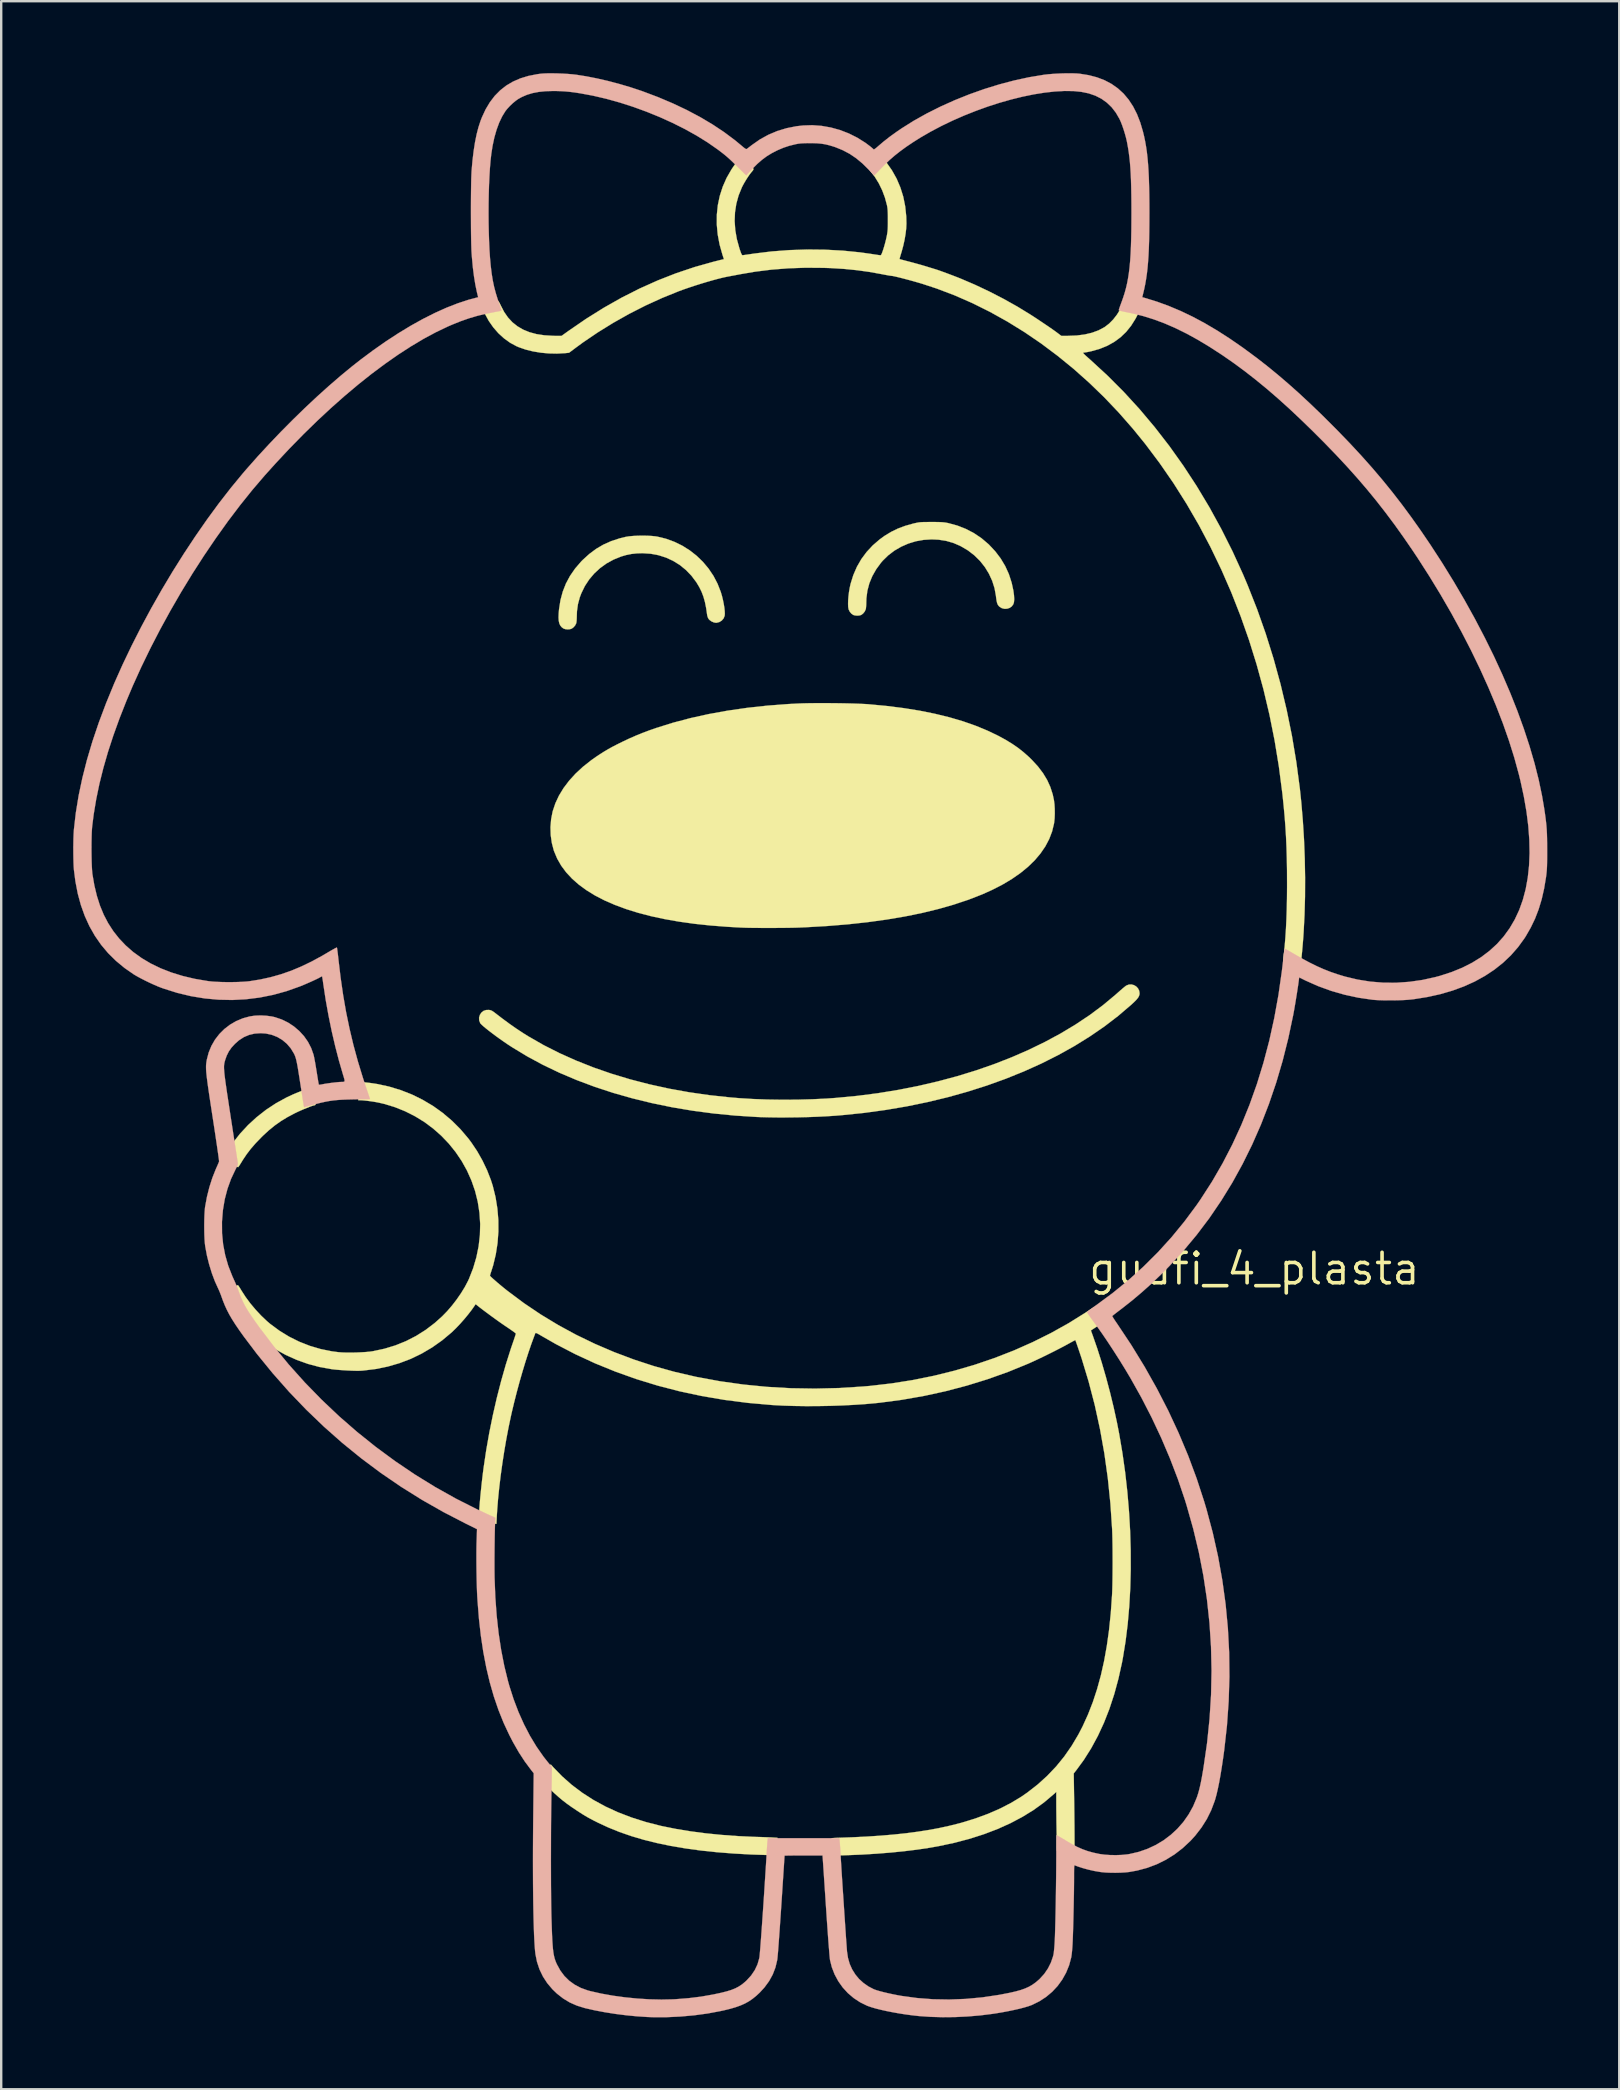
<source format=kicad_pcb>
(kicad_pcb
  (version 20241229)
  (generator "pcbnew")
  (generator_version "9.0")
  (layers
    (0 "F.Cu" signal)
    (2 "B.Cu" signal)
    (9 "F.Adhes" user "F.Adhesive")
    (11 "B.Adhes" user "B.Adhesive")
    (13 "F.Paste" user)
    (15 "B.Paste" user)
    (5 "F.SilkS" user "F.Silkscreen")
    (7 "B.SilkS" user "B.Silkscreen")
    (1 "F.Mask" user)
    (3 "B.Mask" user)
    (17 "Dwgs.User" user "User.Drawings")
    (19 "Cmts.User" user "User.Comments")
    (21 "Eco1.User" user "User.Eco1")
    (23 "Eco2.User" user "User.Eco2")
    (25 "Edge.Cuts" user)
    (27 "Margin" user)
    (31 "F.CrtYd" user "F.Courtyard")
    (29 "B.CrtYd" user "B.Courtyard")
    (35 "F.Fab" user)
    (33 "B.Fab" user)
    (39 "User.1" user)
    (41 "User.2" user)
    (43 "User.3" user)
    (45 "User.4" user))
  (footprint "guafi_4_plasta"
    (layer "F.Cu")
    (at 49.225 49.829)
    (property "Reference" "guafi_4_plasta" (at 0 0 0) (layer "F.SilkS") (effects (font (size 1.27 1.27) (thickness 0.15))))
    (attr through_hole)
    (fp_poly (pts (xy -39.33 -7.523) (xy -39.316 -7.494) (xy -39.294 -7.434) (xy -39.267 -7.352) (xy -39.236 -7.255) (xy -39.206 -7.152) (xy -39.177 -7.051) (xy -39.152 -6.961) (xy -39.135 -6.889) (xy -39.127 -6.845) (xy -39.127 -6.836) (xy -39.157 -6.817) (xy -39.171 -6.816) (xy -39.212 -6.807) (xy -39.284 -6.784) (xy -39.38 -6.749) (xy -39.493 -6.704) (xy -39.616 -6.654) (xy -39.742 -6.6) (xy -39.864 -6.545) (xy -39.973 -6.493) (xy -39.993 -6.483) (xy -40.294 -6.324) (xy -40.567 -6.157) (xy -40.822 -5.977) (xy -41.069 -5.776) (xy -41.32 -5.545) (xy -41.403 -5.462) (xy -41.626 -5.23) (xy -41.819 -5.007) (xy -41.991 -4.783) (xy -42.149 -4.548) (xy -42.204 -4.458) (xy -42.257 -4.372) (xy -42.302 -4.302) (xy -42.335 -4.255) (xy -42.352 -4.236) (xy -42.352 -4.236) (xy -42.374 -4.246) (xy -42.427 -4.272) (xy -42.504 -4.312) (xy -42.599 -4.36) (xy -42.656 -4.39) (xy -42.758 -4.444) (xy -42.848 -4.493) (xy -42.918 -4.532) (xy -42.961 -4.558) (xy -42.97 -4.565) (xy -42.973 -4.588) (xy -42.956 -4.635) (xy -42.918 -4.709) (xy -42.857 -4.814) (xy -42.84 -4.844) (xy -42.572 -5.25) (xy -42.27 -5.634) (xy -41.936 -5.994) (xy -41.573 -6.327) (xy -41.184 -6.631) (xy -40.771 -6.903) (xy -40.339 -7.14) (xy -40.065 -7.268) (xy -39.92 -7.329) (xy -39.779 -7.386) (xy -39.648 -7.435) (xy -39.532 -7.475) (xy -39.438 -7.505) (xy -39.37 -7.522) (xy -39.333 -7.525) (xy -39.33 -7.523)) (stroke (width 0.01) (type solid)) (fill yes) (layer "F.SilkS"))
    (fp_poly (pts (xy -29.219 20.769) (xy -28.846 21.152) (xy -28.443 21.508) (xy -28.008 21.835) (xy -27.543 22.134) (xy -27.045 22.406) (xy -26.517 22.649) (xy -25.956 22.864) (xy -25.364 23.052) (xy -24.74 23.212) (xy -24.666 23.228) (xy -24.099 23.342) (xy -23.497 23.441) (xy -22.865 23.524) (xy -22.207 23.59) (xy -21.527 23.64) (xy -20.831 23.672) (xy -20.722 23.675) (xy -20.576 23.679) (xy -20.426 23.685) (xy -20.286 23.69) (xy -20.167 23.695) (xy -20.092 23.699) (xy -19.875 23.711) (xy -19.876 23.841) (xy -19.877 23.934) (xy -19.881 24.038) (xy -19.886 24.145) (xy -19.892 24.246) (xy -19.899 24.335) (xy -19.906 24.401) (xy -19.913 24.438) (xy -19.916 24.443) (xy -19.941 24.441) (xy -19.999 24.438) (xy -20.081 24.435) (xy -20.161 24.433) (xy -20.946 24.408) (xy -21.693 24.367) (xy -22.403 24.311) (xy -23.077 24.24) (xy -23.717 24.152) (xy -24.324 24.049) (xy -24.9 23.929) (xy -25.447 23.793) (xy -25.964 23.64) (xy -26.455 23.47) (xy -26.92 23.282) (xy -27.355 23.08) (xy -27.519 22.998) (xy -27.655 22.927) (xy -27.774 22.862) (xy -27.888 22.795) (xy -28.008 22.722) (xy -28.143 22.635) (xy -28.236 22.574) (xy -28.453 22.429) (xy -28.647 22.291) (xy -28.825 22.154) (xy -28.997 22.01) (xy -29.173 21.853) (xy -29.361 21.673) (xy -29.474 21.562) (xy -29.897 21.14) (xy -29.803 21.056) (xy -29.747 21.008) (xy -29.669 20.942) (xy -29.581 20.869) (xy -29.514 20.814) (xy -29.32 20.656) (xy -29.219 20.769)) (stroke (width 0.01) (type solid)) (fill yes) (layer "F.SilkS"))
    (fp_poly (pts (xy -25.301 -30.553) (xy -25.115 -30.543) (xy -24.951 -30.526) (xy -24.881 -30.515) (xy -24.52 -30.427) (xy -24.173 -30.3) (xy -23.843 -30.139) (xy -23.532 -29.944) (xy -23.244 -29.718) (xy -22.981 -29.464) (xy -22.746 -29.183) (xy -22.542 -28.88) (xy -22.372 -28.555) (xy -22.237 -28.211) (xy -22.237 -28.21) (xy -22.189 -28.05) (xy -22.148 -27.882) (xy -22.114 -27.716) (xy -22.088 -27.557) (xy -22.073 -27.415) (xy -22.068 -27.297) (xy -22.076 -27.212) (xy -22.077 -27.21) (xy -22.121 -27.104) (xy -22.197 -27.016) (xy -22.297 -26.955) (xy -22.41 -26.926) (xy -22.437 -26.924) (xy -22.529 -26.941) (xy -22.625 -26.983) (xy -22.708 -27.044) (xy -22.748 -27.09) (xy -22.78 -27.156) (xy -22.803 -27.236) (xy -22.806 -27.259) (xy -22.847 -27.542) (xy -22.897 -27.791) (xy -22.96 -28.014) (xy -23.038 -28.219) (xy -23.135 -28.415) (xy -23.251 -28.608) (xy -23.257 -28.617) (xy -23.46 -28.887) (xy -23.69 -29.126) (xy -23.945 -29.333) (xy -24.222 -29.505) (xy -24.518 -29.641) (xy -24.831 -29.741) (xy -25.157 -29.802) (xy -25.495 -29.824) (xy -25.504 -29.824) (xy -25.746 -29.816) (xy -25.965 -29.792) (xy -26.175 -29.749) (xy -26.388 -29.687) (xy -26.704 -29.559) (xy -26.998 -29.398) (xy -27.267 -29.204) (xy -27.509 -28.981) (xy -27.721 -28.73) (xy -27.902 -28.454) (xy -28.048 -28.155) (xy -28.112 -27.986) (xy -28.189 -27.702) (xy -28.23 -27.41) (xy -28.237 -27.21) (xy -28.24 -27.107) (xy -28.245 -27.011) (xy -28.254 -26.937) (xy -28.261 -26.903) (xy -28.307 -26.812) (xy -28.381 -26.729) (xy -28.452 -26.679) (xy -28.529 -26.655) (xy -28.624 -26.649) (xy -28.719 -26.66) (xy -28.794 -26.686) (xy -28.797 -26.688) (xy -28.872 -26.745) (xy -28.928 -26.815) (xy -28.967 -26.903) (xy -28.99 -27.013) (xy -28.998 -27.151) (xy -28.992 -27.321) (xy -28.977 -27.49) (xy -28.918 -27.868) (xy -28.822 -28.224) (xy -28.689 -28.562) (xy -28.517 -28.882) (xy -28.307 -29.186) (xy -28.058 -29.475) (xy -27.994 -29.54) (xy -27.719 -29.791) (xy -27.433 -30.004) (xy -27.13 -30.182) (xy -26.806 -30.327) (xy -26.456 -30.442) (xy -26.204 -30.504) (xy -26.064 -30.527) (xy -25.893 -30.543) (xy -25.701 -30.553) (xy -25.501 -30.557) (xy -25.301 -30.553)) (stroke (width 0.01) (type solid)) (fill yes) (layer "F.SilkS"))
    (fp_poly (pts (xy -13.286 -31.124) (xy -13.155 -31.122) (xy -13.051 -31.118) (xy -12.965 -31.112) (xy -12.889 -31.103) (xy -12.817 -31.091) (xy -12.75 -31.077) (xy -12.375 -30.975) (xy -12.02 -30.835) (xy -11.685 -30.66) (xy -11.373 -30.45) (xy -11.086 -30.206) (xy -11.065 -30.187) (xy -10.799 -29.903) (xy -10.571 -29.603) (xy -10.382 -29.287) (xy -10.23 -28.952) (xy -10.115 -28.597) (xy -10.044 -28.271) (xy -10.017 -28.073) (xy -10.008 -27.909) (xy -10.018 -27.782) (xy -10.043 -27.7) (xy -10.108 -27.609) (xy -10.198 -27.545) (xy -10.303 -27.511) (xy -10.414 -27.506) (xy -10.523 -27.533) (xy -10.62 -27.593) (xy -10.638 -27.61) (xy -10.675 -27.652) (xy -10.703 -27.701) (xy -10.725 -27.765) (xy -10.744 -27.851) (xy -10.761 -27.968) (xy -10.77 -28.047) (xy -10.828 -28.366) (xy -10.926 -28.675) (xy -11.061 -28.969) (xy -11.23 -29.246) (xy -11.433 -29.502) (xy -11.666 -29.732) (xy -11.927 -29.934) (xy -11.97 -29.962) (xy -12.256 -30.128) (xy -12.547 -30.253) (xy -12.847 -30.339) (xy -13.162 -30.388) (xy -13.451 -30.401) (xy -13.783 -30.38) (xy -14.107 -30.322) (xy -14.421 -30.226) (xy -14.72 -30.095) (xy -15 -29.932) (xy -15.257 -29.737) (xy -15.486 -29.513) (xy -15.554 -29.435) (xy -15.758 -29.158) (xy -15.922 -28.869) (xy -16.045 -28.571) (xy -16.127 -28.262) (xy -16.168 -27.943) (xy -16.173 -27.793) (xy -16.175 -27.691) (xy -16.181 -27.596) (xy -16.188 -27.521) (xy -16.194 -27.491) (xy -16.237 -27.395) (xy -16.307 -27.309) (xy -16.384 -27.251) (xy -16.46 -27.229) (xy -16.555 -27.222) (xy -16.65 -27.232) (xy -16.712 -27.25) (xy -16.792 -27.304) (xy -16.861 -27.386) (xy -16.908 -27.479) (xy -16.911 -27.491) (xy -16.927 -27.585) (xy -16.932 -27.712) (xy -16.928 -27.863) (xy -16.915 -28.029) (xy -16.894 -28.203) (xy -16.865 -28.376) (xy -16.829 -28.54) (xy -16.828 -28.546) (xy -16.714 -28.911) (xy -16.565 -29.255) (xy -16.38 -29.577) (xy -16.159 -29.875) (xy -15.904 -30.15) (xy -15.615 -30.399) (xy -15.413 -30.546) (xy -15.144 -30.71) (xy -14.864 -30.847) (xy -14.566 -30.96) (xy -14.239 -31.053) (xy -14.191 -31.065) (xy -14.106 -31.084) (xy -14.034 -31.099) (xy -13.966 -31.11) (xy -13.893 -31.117) (xy -13.808 -31.121) (xy -13.703 -31.123) (xy -13.569 -31.124) (xy -13.451 -31.124) (xy -13.286 -31.124)) (stroke (width 0.01) (type solid)) (fill yes) (layer "F.SilkS"))
    (fp_poly (pts (xy -5.019 -11.825) (xy -4.925 -11.77) (xy -4.85 -11.691) (xy -4.8 -11.593) (xy -4.784 -11.487) (xy -4.79 -11.424) (xy -4.811 -11.362) (xy -4.849 -11.296) (xy -4.909 -11.222) (xy -4.995 -11.134) (xy -5.11 -11.026) (xy -5.137 -11.001) (xy -5.676 -10.541) (xy -6.25 -10.101) (xy -6.859 -9.683) (xy -7.5 -9.285) (xy -8.173 -8.91) (xy -8.875 -8.557) (xy -9.605 -8.228) (xy -10.362 -7.922) (xy -11.143 -7.641) (xy -11.948 -7.385) (xy -12.774 -7.154) (xy -13.62 -6.95) (xy -14.485 -6.772) (xy -15.367 -6.622) (xy -16.264 -6.499) (xy -17.175 -6.406) (xy -17.462 -6.382) (xy -17.814 -6.359) (xy -18.195 -6.34) (xy -18.596 -6.325) (xy -19.008 -6.315) (xy -19.42 -6.31) (xy -19.825 -6.309) (xy -20.211 -6.314) (xy -20.569 -6.323) (xy -20.743 -6.33) (xy -21.647 -6.388) (xy -22.537 -6.475) (xy -23.412 -6.591) (xy -24.27 -6.735) (xy -25.109 -6.908) (xy -25.927 -7.108) (xy -26.722 -7.334) (xy -27.493 -7.587) (xy -28.238 -7.866) (xy -28.956 -8.17) (xy -29.644 -8.499) (xy -30.3 -8.853) (xy -30.923 -9.23) (xy -31.126 -9.362) (xy -31.284 -9.47) (xy -31.444 -9.582) (xy -31.602 -9.696) (xy -31.752 -9.808) (xy -31.891 -9.914) (xy -32.014 -10.012) (xy -32.118 -10.098) (xy -32.197 -10.169) (xy -32.248 -10.221) (xy -32.262 -10.239) (xy -32.306 -10.354) (xy -32.31 -10.473) (xy -32.274 -10.588) (xy -32.214 -10.678) (xy -32.124 -10.751) (xy -32.014 -10.788) (xy -31.895 -10.79) (xy -31.831 -10.779) (xy -31.772 -10.754) (xy -31.704 -10.71) (xy -31.66 -10.677) (xy -31.337 -10.429) (xy -31.036 -10.207) (xy -30.75 -10.007) (xy -30.472 -9.824) (xy -30.247 -9.684) (xy -29.618 -9.324) (xy -28.956 -8.989) (xy -28.262 -8.678) (xy -27.54 -8.392) (xy -26.79 -8.132) (xy -26.015 -7.898) (xy -25.217 -7.691) (xy -24.398 -7.511) (xy -23.56 -7.36) (xy -22.705 -7.237) (xy -21.836 -7.144) (xy -21.463 -7.113) (xy -20.887 -7.078) (xy -20.283 -7.056) (xy -19.661 -7.047) (xy -19.035 -7.051) (xy -18.416 -7.068) (xy -17.816 -7.097) (xy -17.441 -7.124) (xy -16.562 -7.208) (xy -15.695 -7.319) (xy -14.842 -7.458) (xy -14.004 -7.623) (xy -13.184 -7.814) (xy -12.382 -8.029) (xy -11.601 -8.269) (xy -10.842 -8.533) (xy -10.108 -8.82) (xy -9.4 -9.129) (xy -8.719 -9.461) (xy -8.067 -9.813) (xy -7.447 -10.186) (xy -6.859 -10.578) (xy -6.307 -10.99) (xy -5.79 -11.421) (xy -5.7 -11.501) (xy -5.602 -11.588) (xy -5.51 -11.667) (xy -5.43 -11.734) (xy -5.369 -11.783) (xy -5.338 -11.805) (xy -5.233 -11.847) (xy -5.124 -11.852) (xy -5.019 -11.825)) (stroke (width 0.01) (type solid)) (fill yes) (layer "F.SilkS"))
    (fp_poly (pts (xy -17.828 -23.576) (xy -17.551 -23.574) (xy -17.275 -23.571) (xy -17.007 -23.566) (xy -16.752 -23.56) (xy -16.518 -23.552) (xy -16.31 -23.543) (xy -16.135 -23.534) (xy -16.066 -23.528) (xy -15.322 -23.458) (xy -14.616 -23.369) (xy -13.946 -23.261) (xy -13.313 -23.133) (xy -12.714 -22.987) (xy -12.149 -22.821) (xy -11.618 -22.635) (xy -11.119 -22.429) (xy -10.681 -22.219) (xy -10.375 -22.053) (xy -10.102 -21.887) (xy -9.854 -21.717) (xy -9.623 -21.535) (xy -9.399 -21.336) (xy -9.27 -21.21) (xy -9.019 -20.937) (xy -8.808 -20.659) (xy -8.636 -20.375) (xy -8.502 -20.08) (xy -8.403 -19.772) (xy -8.351 -19.527) (xy -8.33 -19.36) (xy -8.319 -19.17) (xy -8.317 -18.971) (xy -8.324 -18.778) (xy -8.342 -18.607) (xy -8.35 -18.554) (xy -8.429 -18.229) (xy -8.549 -17.914) (xy -8.709 -17.609) (xy -8.91 -17.315) (xy -9.149 -17.031) (xy -9.428 -16.759) (xy -9.745 -16.499) (xy -10.1 -16.252) (xy -10.492 -16.017) (xy -10.922 -15.796) (xy -11.345 -15.606) (xy -11.914 -15.384) (xy -12.52 -15.182) (xy -13.164 -14.998) (xy -13.845 -14.832) (xy -14.562 -14.686) (xy -15.316 -14.558) (xy -16.106 -14.449) (xy -16.931 -14.359) (xy -17.792 -14.288) (xy -18.688 -14.236) (xy -18.965 -14.224) (xy -19.114 -14.219) (xy -19.297 -14.215) (xy -19.508 -14.212) (xy -19.738 -14.21) (xy -19.981 -14.208) (xy -20.228 -14.208) (xy -20.473 -14.208) (xy -20.707 -14.209) (xy -20.924 -14.211) (xy -21.115 -14.214) (xy -21.251 -14.218) (xy -21.331 -14.221) (xy -21.444 -14.226) (xy -21.581 -14.233) (xy -21.734 -14.242) (xy -21.892 -14.251) (xy -21.971 -14.256) (xy -22.671 -14.31) (xy -23.339 -14.381) (xy -23.975 -14.47) (xy -24.577 -14.576) (xy -25.146 -14.698) (xy -25.682 -14.838) (xy -26.182 -14.994) (xy -26.648 -15.166) (xy -27.078 -15.353) (xy -27.473 -15.557) (xy -27.83 -15.777) (xy -28.151 -16.011) (xy -28.435 -16.261) (xy -28.681 -16.526) (xy -28.888 -16.805) (xy -29.056 -17.099) (xy -29.185 -17.407) (xy -29.197 -17.441) (xy -29.278 -17.751) (xy -29.324 -18.076) (xy -29.334 -18.408) (xy -29.307 -18.737) (xy -29.245 -19.056) (xy -29.24 -19.074) (xy -29.13 -19.402) (xy -28.98 -19.723) (xy -28.789 -20.037) (xy -28.558 -20.342) (xy -28.289 -20.638) (xy -27.982 -20.923) (xy -27.637 -21.196) (xy -27.432 -21.341) (xy -27.258 -21.456) (xy -27.095 -21.559) (xy -26.933 -21.655) (xy -26.762 -21.75) (xy -26.573 -21.848) (xy -26.355 -21.956) (xy -26.325 -21.971) (xy -26.043 -22.104) (xy -25.774 -22.222) (xy -25.505 -22.332) (xy -25.222 -22.438) (xy -24.927 -22.541) (xy -24.231 -22.759) (xy -23.501 -22.952) (xy -22.741 -23.12) (xy -21.95 -23.263) (xy -21.13 -23.381) (xy -20.283 -23.473) (xy -19.41 -23.539) (xy -19.002 -23.56) (xy -18.816 -23.567) (xy -18.6 -23.572) (xy -18.358 -23.575) (xy -18.099 -23.576) (xy -17.828 -23.576)) (stroke (width 0.01) (type solid)) (fill yes) (layer "F.SilkS"))
    (fp_poly (pts (xy -21.38 -46.299) (xy -21.333 -46.263) (xy -21.265 -46.207) (xy -21.183 -46.137) (xy -21.115 -46.078) (xy -21.016 -45.992) (xy -20.945 -45.929) (xy -20.9 -45.882) (xy -20.878 -45.846) (xy -20.877 -45.814) (xy -20.895 -45.781) (xy -20.928 -45.74) (xy -20.963 -45.699) (xy -21.032 -45.611) (xy -21.111 -45.496) (xy -21.193 -45.367) (xy -21.271 -45.235) (xy -21.337 -45.113) (xy -21.359 -45.067) (xy -21.494 -44.734) (xy -21.589 -44.389) (xy -21.644 -44.032) (xy -21.659 -43.667) (xy -21.633 -43.293) (xy -21.567 -42.913) (xy -21.46 -42.527) (xy -21.445 -42.481) (xy -21.409 -42.377) (xy -21.381 -42.306) (xy -21.359 -42.265) (xy -21.34 -42.246) (xy -21.323 -42.243) (xy -21.291 -42.247) (xy -21.223 -42.257) (xy -21.128 -42.27) (xy -21.012 -42.287) (xy -20.881 -42.306) (xy -20.849 -42.311) (xy -20.12 -42.4) (xy -19.379 -42.456) (xy -18.633 -42.481) (xy -17.889 -42.473) (xy -17.154 -42.434) (xy -16.435 -42.362) (xy -15.982 -42.299) (xy -15.862 -42.28) (xy -15.755 -42.264) (xy -15.668 -42.251) (xy -15.609 -42.243) (xy -15.589 -42.241) (xy -15.569 -42.245) (xy -15.55 -42.266) (xy -15.528 -42.309) (xy -15.501 -42.38) (xy -15.468 -42.476) (xy -15.43 -42.598) (xy -15.39 -42.741) (xy -15.353 -42.886) (xy -15.331 -42.984) (xy -15.311 -43.081) (xy -15.297 -43.166) (xy -15.286 -43.247) (xy -15.279 -43.334) (xy -15.275 -43.437) (xy -15.273 -43.565) (xy -15.273 -43.699) (xy -15.273 -43.867) (xy -15.276 -44.001) (xy -15.281 -44.109) (xy -15.289 -44.198) (xy -15.301 -44.277) (xy -15.31 -44.323) (xy -15.394 -44.639) (xy -15.509 -44.947) (xy -15.651 -45.239) (xy -15.814 -45.504) (xy -15.87 -45.581) (xy -15.946 -45.681) (xy -16 -45.752) (xy -16.035 -45.8) (xy -16.056 -45.829) (xy -16.065 -45.844) (xy -16.066 -45.851) (xy -16.063 -45.854) (xy -16.045 -45.869) (xy -16.001 -45.908) (xy -15.936 -45.965) (xy -15.856 -46.035) (xy -15.795 -46.088) (xy -15.7 -46.169) (xy -15.619 -46.235) (xy -15.556 -46.281) (xy -15.516 -46.304) (xy -15.506 -46.306) (xy -15.482 -46.285) (xy -15.439 -46.238) (xy -15.384 -46.173) (xy -15.339 -46.118) (xy -15.105 -45.784) (xy -14.909 -45.435) (xy -14.752 -45.067) (xy -14.632 -44.683) (xy -14.551 -44.28) (xy -14.507 -43.858) (xy -14.5 -43.563) (xy -14.509 -43.36) (xy -14.536 -43.13) (xy -14.578 -42.883) (xy -14.634 -42.631) (xy -14.701 -42.384) (xy -14.722 -42.317) (xy -14.75 -42.226) (xy -14.771 -42.151) (xy -14.783 -42.101) (xy -14.785 -42.083) (xy -14.763 -42.075) (xy -14.706 -42.059) (xy -14.621 -42.036) (xy -14.514 -42.008) (xy -14.392 -41.976) (xy -14.379 -41.973) (xy -14.225 -41.932) (xy -14.058 -41.886) (xy -13.892 -41.84) (xy -13.743 -41.796) (xy -13.663 -41.772) (xy -13.548 -41.736) (xy -13.442 -41.704) (xy -13.354 -41.677) (xy -13.293 -41.658) (xy -13.276 -41.653) (xy -13.208 -41.631) (xy -13.109 -41.597) (xy -12.985 -41.552) (xy -12.845 -41.501) (xy -12.696 -41.445) (xy -12.546 -41.388) (xy -12.403 -41.333) (xy -12.273 -41.282) (xy -12.246 -41.271) (xy -11.653 -41.017) (xy -11.053 -40.734) (xy -10.459 -40.428) (xy -9.883 -40.106) (xy -9.377 -39.797) (xy -9.228 -39.702) (xy -9.066 -39.596) (xy -8.899 -39.484) (xy -8.732 -39.372) (xy -8.572 -39.264) (xy -8.428 -39.164) (xy -8.305 -39.077) (xy -8.211 -39.008) (xy -8.209 -39.006) (xy -8.046 -38.883) (xy -7.769 -38.883) (xy -7.403 -38.897) (xy -7.069 -38.94) (xy -6.766 -39.012) (xy -6.494 -39.112) (xy -6.252 -39.241) (xy -6.233 -39.253) (xy -6.053 -39.392) (xy -5.882 -39.565) (xy -5.726 -39.766) (xy -5.591 -39.985) (xy -5.512 -40.148) (xy -5.478 -40.223) (xy -5.448 -40.282) (xy -5.427 -40.314) (xy -5.423 -40.318) (xy -5.398 -40.313) (xy -5.342 -40.296) (xy -5.263 -40.27) (xy -5.169 -40.238) (xy -5.068 -40.203) (xy -4.969 -40.168) (xy -4.878 -40.135) (xy -4.806 -40.107) (xy -4.759 -40.088) (xy -4.747 -40.081) (xy -4.748 -40.055) (xy -4.765 -39.999) (xy -4.796 -39.921) (xy -4.837 -39.828) (xy -4.885 -39.727) (xy -4.937 -39.626) (xy -4.955 -39.592) (xy -5.137 -39.303) (xy -5.345 -39.045) (xy -5.58 -38.821) (xy -5.843 -38.628) (xy -6.133 -38.467) (xy -6.451 -38.338) (xy -6.798 -38.241) (xy -6.858 -38.228) (xy -6.952 -38.209) (xy -7.036 -38.195) (xy -7.098 -38.186) (xy -7.117 -38.185) (xy -7.133 -38.182) (xy -7.135 -38.17) (xy -7.119 -38.147) (xy -7.083 -38.109) (xy -7.024 -38.053) (xy -6.938 -37.976) (xy -6.842 -37.891) (xy -6.13 -37.236) (xy -5.443 -36.548) (xy -4.782 -35.826) (xy -4.148 -35.072) (xy -3.539 -34.286) (xy -2.958 -33.469) (xy -2.404 -32.622) (xy -1.877 -31.744) (xy -1.38 -30.838) (xy -0.91 -29.902) (xy -0.47 -28.939) (xy -0.28 -28.49) (xy 0.113 -27.494) (xy 0.473 -26.474) (xy 0.799 -25.432) (xy 1.09 -24.372) (xy 1.346 -23.297) (xy 1.567 -22.211) (xy 1.75 -21.116) (xy 1.896 -20.015) (xy 1.956 -19.442) (xy 2.021 -18.67) (xy 2.07 -17.884) (xy 2.101 -17.09) (xy 2.115 -16.299) (xy 2.112 -15.518) (xy 2.091 -14.756) (xy 2.053 -14.022) (xy 2.042 -13.854) (xy 2.03 -13.697) (xy 2.017 -13.534) (xy 2.003 -13.371) (xy 1.989 -13.215) (xy 1.975 -13.07) (xy 1.963 -12.943) (xy 1.952 -12.839) (xy 1.943 -12.766) (xy 1.937 -12.728) (xy 1.936 -12.726) (xy 1.926 -12.714) (xy 1.902 -12.706) (xy 1.858 -12.704) (xy 1.791 -12.707) (xy 1.694 -12.716) (xy 1.563 -12.731) (xy 1.482 -12.74) (xy 1.367 -12.754) (xy 1.289 -12.765) (xy 1.239 -12.775) (xy 1.212 -12.786) (xy 1.201 -12.8) (xy 1.2 -12.819) (xy 1.201 -12.827) (xy 1.205 -12.871) (xy 1.212 -12.944) (xy 1.222 -13.035) (xy 1.227 -13.081) (xy 1.263 -13.442) (xy 1.293 -13.806) (xy 1.317 -14.18) (xy 1.336 -14.57) (xy 1.35 -14.982) (xy 1.359 -15.421) (xy 1.363 -15.894) (xy 1.363 -16.097) (xy 1.361 -16.609) (xy 1.353 -17.087) (xy 1.34 -17.541) (xy 1.321 -17.98) (xy 1.295 -18.413) (xy 1.262 -18.848) (xy 1.221 -19.294) (xy 1.173 -19.761) (xy 1.163 -19.843) (xy 1.021 -20.94) (xy 0.843 -22.025) (xy 0.629 -23.095) (xy 0.38 -24.149) (xy 0.095 -25.187) (xy -0.223 -26.207) (xy -0.575 -27.207) (xy -0.96 -28.188) (xy -1.378 -29.146) (xy -1.829 -30.082) (xy -2.311 -30.995) (xy -2.825 -31.881) (xy -3.369 -32.742) (xy -3.944 -33.575) (xy -4.548 -34.38) (xy -5.06 -35.01) (xy -5.647 -35.68) (xy -6.256 -36.321) (xy -6.886 -36.93) (xy -7.535 -37.508) (xy -8.202 -38.052) (xy -8.884 -38.563) (xy -9.581 -39.038) (xy -10.291 -39.477) (xy -11.013 -39.879) (xy -11.744 -40.243) (xy -12.485 -40.568) (xy -13.232 -40.852) (xy -13.843 -41.053) (xy -13.992 -41.097) (xy -14.152 -41.143) (xy -14.316 -41.189) (xy -14.48 -41.233) (xy -14.636 -41.274) (xy -14.78 -41.311) (xy -14.905 -41.341) (xy -15.005 -41.364) (xy -15.076 -41.378) (xy -15.104 -41.381) (xy -15.143 -41.385) (xy -15.215 -41.396) (xy -15.312 -41.413) (xy -15.427 -41.434) (xy -15.523 -41.453) (xy -16.044 -41.547) (xy -16.564 -41.619) (xy -17.095 -41.672) (xy -17.648 -41.706) (xy -17.949 -41.716) (xy -18.697 -41.722) (xy -19.42 -41.697) (xy -20.123 -41.642) (xy -20.811 -41.556) (xy -21.408 -41.454) (xy -21.545 -41.428) (xy -21.681 -41.402) (xy -21.805 -41.379) (xy -21.906 -41.36) (xy -21.96 -41.35) (xy -22.127 -41.315) (xy -22.326 -41.266) (xy -22.55 -41.206) (xy -22.792 -41.137) (xy -23.045 -41.061) (xy -23.302 -40.98) (xy -23.556 -40.896) (xy -23.799 -40.812) (xy -23.992 -40.741) (xy -24.678 -40.463) (xy -25.367 -40.149) (xy -26.049 -39.802) (xy -26.717 -39.426) (xy -27.365 -39.025) (xy -27.984 -38.605) (xy -28.277 -38.39) (xy -28.56 -38.178) (xy -28.732 -38.161) (xy -29.065 -38.143) (xy -29.403 -38.15) (xy -29.738 -38.181) (xy -30.063 -38.235) (xy -30.37 -38.311) (xy -30.649 -38.408) (xy -30.746 -38.449) (xy -31.015 -38.594) (xy -31.269 -38.777) (xy -31.505 -38.992) (xy -31.719 -39.238) (xy -31.908 -39.509) (xy -32.057 -39.783) (xy -32.109 -39.888) (xy -32.144 -39.965) (xy -32.159 -40.021) (xy -32.151 -40.062) (xy -32.118 -40.095) (xy -32.055 -40.126) (xy -31.959 -40.163) (xy -31.852 -40.202) (xy -31.742 -40.243) (xy -31.645 -40.278) (xy -31.568 -40.304) (xy -31.519 -40.32) (xy -31.506 -40.323) (xy -31.488 -40.305) (xy -31.459 -40.256) (xy -31.423 -40.186) (xy -31.403 -40.144) (xy -31.266 -39.88) (xy -31.105 -39.648) (xy -30.92 -39.448) (xy -30.709 -39.28) (xy -30.472 -39.142) (xy -30.208 -39.034) (xy -29.915 -38.955) (xy -29.592 -38.906) (xy -29.238 -38.884) (xy -29.136 -38.883) (xy -28.87 -38.883) (xy -28.58 -39.091) (xy -27.847 -39.594) (xy -27.109 -40.055) (xy -26.367 -40.475) (xy -25.618 -40.854) (xy -24.861 -41.193) (xy -24.097 -41.492) (xy -23.324 -41.751) (xy -22.543 -41.971) (xy -22.426 -42) (xy -22.321 -42.027) (xy -22.235 -42.048) (xy -22.177 -42.062) (xy -22.16 -42.066) (xy -22.106 -42.078) (xy -22.167 -42.264) (xy -22.286 -42.688) (xy -22.365 -43.108) (xy -22.403 -43.522) (xy -22.401 -43.93) (xy -22.36 -44.328) (xy -22.278 -44.717) (xy -22.157 -45.094) (xy -21.997 -45.459) (xy -21.797 -45.808) (xy -21.775 -45.842) (xy -21.706 -45.943) (xy -21.634 -46.043) (xy -21.564 -46.135) (xy -21.501 -46.214) (xy -21.449 -46.274) (xy -21.412 -46.307) (xy -21.401 -46.313) (xy -21.38 -46.299)) (stroke (width 0.01) (type solid)) (fill yes) (layer "F.SilkS"))
    (fp_poly (pts (xy -37.204 -7.781) (xy -37.112 -7.775) (xy -36.999 -7.764) (xy -36.872 -7.75) (xy -36.736 -7.731) (xy -36.6 -7.71) (xy -36.555 -7.703) (xy -36.056 -7.595) (xy -35.573 -7.448) (xy -35.105 -7.264) (xy -34.657 -7.043) (xy -34.228 -6.788) (xy -33.823 -6.498) (xy -33.442 -6.175) (xy -33.087 -5.821) (xy -32.761 -5.437) (xy -32.636 -5.271) (xy -32.39 -4.904) (xy -32.169 -4.514) (xy -31.977 -4.112) (xy -31.818 -3.705) (xy -31.739 -3.458) (xy -31.624 -2.992) (xy -31.547 -2.515) (xy -31.507 -2.034) (xy -31.505 -1.552) (xy -31.54 -1.074) (xy -31.613 -0.605) (xy -31.722 -0.149) (xy -31.802 0.104) (xy -31.828 0.182) (xy -31.847 0.244) (xy -31.856 0.281) (xy -31.856 0.284) (xy -31.84 0.306) (xy -31.796 0.351) (xy -31.727 0.414) (xy -31.638 0.492) (xy -31.535 0.582) (xy -31.42 0.678) (xy -31.299 0.778) (xy -31.176 0.877) (xy -31.115 0.925) (xy -30.442 1.428) (xy -29.741 1.9) (xy -29.013 2.341) (xy -28.26 2.75) (xy -27.482 3.126) (xy -26.682 3.469) (xy -25.862 3.778) (xy -25.023 4.053) (xy -24.166 4.292) (xy -23.293 4.494) (xy -23.235 4.506) (xy -22.272 4.684) (xy -21.297 4.821) (xy -20.312 4.918) (xy -19.316 4.975) (xy -18.313 4.991) (xy -17.304 4.967) (xy -16.289 4.902) (xy -16.013 4.878) (xy -15.118 4.774) (xy -14.233 4.634) (xy -13.359 4.457) (xy -12.498 4.244) (xy -11.653 3.997) (xy -10.826 3.715) (xy -10.018 3.4) (xy -9.232 3.051) (xy -8.469 2.671) (xy -7.732 2.259) (xy -7.057 1.838) (xy -6.944 1.765) (xy -6.842 1.699) (xy -6.756 1.646) (xy -6.693 1.608) (xy -6.658 1.589) (xy -6.653 1.587) (xy -6.636 1.604) (xy -6.601 1.649) (xy -6.552 1.715) (xy -6.495 1.796) (xy -6.435 1.884) (xy -6.375 1.972) (xy -6.321 2.053) (xy -6.279 2.121) (xy -6.251 2.167) (xy -6.244 2.184) (xy -6.261 2.2) (xy -6.308 2.234) (xy -6.378 2.282) (xy -6.466 2.341) (xy -6.528 2.382) (xy -6.812 2.567) (xy -6.738 2.77) (xy -6.546 3.322) (xy -6.36 3.907) (xy -6.183 4.517) (xy -6.017 5.141) (xy -5.864 5.771) (xy -5.727 6.399) (xy -5.633 6.879) (xy -5.498 7.676) (xy -5.384 8.483) (xy -5.293 9.296) (xy -5.224 10.111) (xy -5.177 10.923) (xy -5.153 11.729) (xy -5.151 12.525) (xy -5.171 13.306) (xy -5.214 14.069) (xy -5.279 14.809) (xy -5.367 15.523) (xy -5.478 16.206) (xy -5.515 16.405) (xy -5.664 17.079) (xy -5.839 17.724) (xy -6.04 18.336) (xy -6.268 18.917) (xy -6.522 19.466) (xy -6.802 19.983) (xy -7.107 20.466) (xy -7.419 20.892) (xy -7.527 21.029) (xy -7.512 22.003) (xy -7.508 22.233) (xy -7.505 22.475) (xy -7.502 22.722) (xy -7.5 22.964) (xy -7.497 23.193) (xy -7.496 23.399) (xy -7.495 23.574) (xy -7.495 23.617) (xy -7.493 24.257) (xy -8.227 24.257) (xy -8.241 23.492) (xy -8.244 23.289) (xy -8.248 23.078) (xy -8.25 22.866) (xy -8.252 22.664) (xy -8.254 22.481) (xy -8.255 22.326) (xy -8.255 22.262) (xy -8.255 21.797) (xy -8.373 21.905) (xy -8.77 22.24) (xy -9.201 22.552) (xy -9.667 22.839) (xy -10.166 23.103) (xy -10.699 23.343) (xy -11.264 23.559) (xy -11.86 23.75) (xy -12.488 23.916) (xy -13.147 24.057) (xy -13.547 24.128) (xy -14.049 24.203) (xy -14.586 24.269) (xy -15.152 24.326) (xy -15.74 24.373) (xy -16.343 24.41) (xy -16.956 24.435) (xy -17.095 24.44) (xy -17.607 24.454) (xy -17.615 24.096) (xy -17.617 23.978) (xy -17.618 23.874) (xy -17.618 23.794) (xy -17.617 23.743) (xy -17.615 23.729) (xy -17.593 23.724) (xy -17.537 23.719) (xy -17.457 23.715) (xy -17.393 23.712) (xy -16.745 23.689) (xy -16.137 23.659) (xy -15.564 23.621) (xy -15.024 23.575) (xy -14.513 23.521) (xy -14.029 23.457) (xy -13.569 23.385) (xy -13.129 23.303) (xy -12.708 23.211) (xy -12.3 23.109) (xy -12.194 23.08) (xy -11.63 22.907) (xy -11.097 22.711) (xy -10.596 22.492) (xy -10.129 22.251) (xy -9.696 21.988) (xy -9.457 21.822) (xy -9.024 21.484) (xy -8.626 21.122) (xy -8.259 20.736) (xy -7.923 20.323) (xy -7.615 19.88) (xy -7.334 19.406) (xy -7.155 19.061) (xy -6.932 18.57) (xy -6.731 18.054) (xy -6.553 17.511) (xy -6.396 16.941) (xy -6.261 16.34) (xy -6.148 15.709) (xy -6.055 15.045) (xy -5.983 14.346) (xy -5.932 13.613) (xy -5.927 13.525) (xy -5.921 13.374) (xy -5.916 13.188) (xy -5.912 12.972) (xy -5.909 12.735) (xy -5.907 12.484) (xy -5.906 12.224) (xy -5.907 11.963) (xy -5.908 11.708) (xy -5.911 11.465) (xy -5.915 11.242) (xy -5.92 11.046) (xy -5.926 10.883) (xy -5.927 10.856) (xy -5.999 9.78) (xy -6.107 8.724) (xy -6.252 7.688) (xy -6.434 6.672) (xy -6.652 5.673) (xy -6.908 4.692) (xy -7.2 3.727) (xy -7.314 3.387) (xy -7.356 3.263) (xy -7.394 3.153) (xy -7.425 3.064) (xy -7.448 3.001) (xy -7.459 2.97) (xy -7.46 2.969) (xy -7.479 2.977) (xy -7.529 3.002) (xy -7.603 3.042) (xy -7.696 3.093) (xy -7.77 3.134) (xy -7.927 3.22) (xy -8.115 3.318) (xy -8.323 3.425) (xy -8.545 3.536) (xy -8.769 3.646) (xy -8.989 3.752) (xy -9.195 3.848) (xy -9.379 3.931) (xy -9.43 3.954) (xy -10.257 4.292) (xy -11.108 4.596) (xy -11.979 4.865) (xy -12.867 5.099) (xy -13.769 5.296) (xy -14.682 5.456) (xy -15.603 5.578) (xy -15.79 5.598) (xy -16.224 5.637) (xy -16.689 5.668) (xy -17.176 5.693) (xy -17.677 5.71) (xy -18.182 5.719) (xy -18.683 5.721) (xy -19.17 5.714) (xy -19.634 5.7) (xy -20.067 5.677) (xy -20.119 5.673) (xy -21.107 5.586) (xy -22.077 5.462) (xy -23.027 5.3) (xy -23.957 5.102) (xy -24.867 4.866) (xy -25.757 4.593) (xy -26.627 4.283) (xy -27.477 3.937) (xy -28.306 3.553) (xy -29.114 3.133) (xy -29.692 2.802) (xy -29.796 2.741) (xy -29.869 2.7) (xy -29.918 2.678) (xy -29.947 2.67) (xy -29.962 2.676) (xy -29.966 2.684) (xy -29.981 2.725) (xy -30.004 2.786) (xy -30.016 2.816) (xy -30.135 3.14) (xy -30.257 3.498) (xy -30.381 3.885) (xy -30.504 4.292) (xy -30.625 4.713) (xy -30.74 5.14) (xy -30.849 5.568) (xy -30.949 5.987) (xy -30.985 6.149) (xy -31.083 6.616) (xy -31.176 7.104) (xy -31.262 7.605) (xy -31.34 8.112) (xy -31.41 8.616) (xy -31.469 9.11) (xy -31.518 9.586) (xy -31.554 10.035) (xy -31.572 10.335) (xy -31.586 10.626) (xy -31.748 10.626) (xy -31.846 10.624) (xy -31.964 10.62) (xy -32.083 10.614) (xy -32.115 10.612) (xy -32.322 10.598) (xy -32.322 10.455) (xy -32.319 10.327) (xy -32.31 10.163) (xy -32.297 9.969) (xy -32.28 9.751) (xy -32.259 9.513) (xy -32.234 9.262) (xy -32.207 9.004) (xy -32.178 8.745) (xy -32.147 8.489) (xy -32.119 8.276) (xy -32.012 7.557) (xy -31.884 6.83) (xy -31.736 6.101) (xy -31.571 5.379) (xy -31.389 4.671) (xy -31.194 3.986) (xy -30.987 3.331) (xy -30.894 3.06) (xy -30.855 2.947) (xy -30.822 2.847) (xy -30.796 2.767) (xy -30.78 2.715) (xy -30.776 2.699) (xy -30.793 2.681) (xy -30.84 2.643) (xy -30.913 2.59) (xy -31.004 2.526) (xy -31.111 2.453) (xy -31.141 2.433) (xy -31.281 2.339) (xy -31.443 2.226) (xy -31.618 2.101) (xy -31.799 1.97) (xy -31.976 1.839) (xy -32.141 1.716) (xy -32.285 1.606) (xy -32.361 1.545) (xy -32.454 1.471) (xy -32.488 1.524) (xy -32.612 1.702) (xy -32.761 1.895) (xy -32.926 2.095) (xy -33.099 2.291) (xy -33.272 2.473) (xy -33.436 2.632) (xy -33.454 2.649) (xy -33.852 2.982) (xy -34.268 3.276) (xy -34.703 3.532) (xy -35.156 3.751) (xy -35.627 3.93) (xy -36.115 4.072) (xy -36.621 4.175) (xy -37.144 4.239) (xy -37.211 4.244) (xy -37.31 4.248) (xy -37.442 4.248) (xy -37.598 4.244) (xy -37.769 4.236) (xy -37.946 4.226) (xy -38.12 4.214) (xy -38.282 4.2) (xy -38.423 4.185) (xy -38.464 4.179) (xy -38.959 4.09) (xy -39.442 3.961) (xy -39.909 3.794) (xy -40.361 3.591) (xy -40.793 3.353) (xy -41.203 3.081) (xy -41.591 2.776) (xy -41.953 2.441) (xy -42.288 2.077) (xy -42.592 1.685) (xy -42.854 1.284) (xy -42.918 1.175) (xy -42.962 1.096) (xy -42.987 1.043) (xy -42.995 1.011) (xy -42.99 0.994) (xy -42.987 0.992) (xy -42.951 0.972) (xy -42.889 0.938) (xy -42.808 0.896) (xy -42.715 0.849) (xy -42.62 0.801) (xy -42.529 0.756) (xy -42.451 0.718) (xy -42.393 0.691) (xy -42.363 0.679) (xy -42.361 0.678) (xy -42.345 0.696) (xy -42.312 0.743) (xy -42.267 0.814) (xy -42.215 0.9) (xy -42.209 0.91) (xy -42.041 1.171) (xy -41.843 1.439) (xy -41.622 1.702) (xy -41.388 1.953) (xy -41.147 2.181) (xy -41.011 2.297) (xy -40.629 2.579) (xy -40.226 2.826) (xy -39.804 3.036) (xy -39.364 3.209) (xy -38.91 3.343) (xy -38.445 3.437) (xy -38.169 3.473) (xy -38.018 3.484) (xy -37.837 3.49) (xy -37.638 3.491) (xy -37.43 3.487) (xy -37.224 3.478) (xy -37.03 3.466) (xy -36.859 3.45) (xy -36.734 3.432) (xy -36.254 3.329) (xy -35.794 3.189) (xy -35.354 3.011) (xy -34.935 2.796) (xy -34.534 2.543) (xy -34.154 2.253) (xy -33.848 1.979) (xy -33.641 1.766) (xy -33.436 1.528) (xy -33.241 1.274) (xy -33.061 1.013) (xy -32.902 0.754) (xy -32.771 0.505) (xy -32.731 0.419) (xy -32.556 -0.028) (xy -32.422 -0.483) (xy -32.328 -0.943) (xy -32.275 -1.407) (xy -32.263 -1.87) (xy -32.293 -2.333) (xy -32.364 -2.791) (xy -32.364 -2.794) (xy -32.476 -3.245) (xy -32.627 -3.679) (xy -32.813 -4.096) (xy -33.034 -4.493) (xy -33.288 -4.869) (xy -33.572 -5.221) (xy -33.885 -5.548) (xy -34.225 -5.848) (xy -34.589 -6.119) (xy -34.978 -6.358) (xy -35.387 -6.565) (xy -35.816 -6.738) (xy -36.263 -6.874) (xy -36.46 -6.92) (xy -36.577 -6.944) (xy -36.713 -6.967) (xy -36.855 -6.988) (xy -36.993 -7.006) (xy -37.117 -7.019) (xy -37.214 -7.027) (xy -37.247 -7.027) (xy -37.344 -7.027) (xy -37.329 -7.392) (xy -37.323 -7.513) (xy -37.316 -7.619) (xy -37.309 -7.703) (xy -37.302 -7.758) (xy -37.297 -7.775) (xy -37.268 -7.781) (xy -37.204 -7.781)) (stroke (width 0.01) (type solid)) (fill yes) (layer "F.SilkS"))
    (fp_poly (pts (xy -7.572 -49.823) (xy -7.403 -49.817) (xy -7.281 -49.807) (xy -6.907 -49.747) (xy -6.562 -49.657) (xy -6.244 -49.536) (xy -5.954 -49.383) (xy -5.691 -49.198) (xy -5.453 -48.981) (xy -5.242 -48.73) (xy -5.055 -48.446) (xy -4.893 -48.128) (xy -4.755 -47.775) (xy -4.645 -47.403) (xy -4.595 -47.199) (xy -4.552 -46.992) (xy -4.514 -46.777) (xy -4.481 -46.552) (xy -4.454 -46.313) (xy -4.431 -46.056) (xy -4.412 -45.777) (xy -4.397 -45.474) (xy -4.387 -45.142) (xy -4.379 -44.778) (xy -4.375 -44.379) (xy -4.374 -44.005) (xy -4.376 -43.578) (xy -4.38 -43.188) (xy -4.387 -42.834) (xy -4.398 -42.511) (xy -4.412 -42.217) (xy -4.431 -41.946) (xy -4.453 -41.696) (xy -4.48 -41.464) (xy -4.512 -41.245) (xy -4.548 -41.036) (xy -4.59 -40.833) (xy -4.622 -40.699) (xy -4.672 -40.493) (xy -4.553 -40.46) (xy -4.057 -40.307) (xy -3.562 -40.126) (xy -3.066 -39.917) (xy -2.565 -39.677) (xy -2.058 -39.405) (xy -1.543 -39.101) (xy -1.016 -38.762) (xy -0.475 -38.388) (xy 0.081 -37.977) (xy 0.12 -37.948) (xy 0.551 -37.611) (xy 0.979 -37.261) (xy 1.409 -36.893) (xy 1.846 -36.504) (xy 2.293 -36.089) (xy 2.757 -35.644) (xy 2.96 -35.444) (xy 3.492 -34.911) (xy 3.991 -34.393) (xy 4.461 -33.886) (xy 4.908 -33.384) (xy 5.336 -32.881) (xy 5.748 -32.373) (xy 6.149 -31.855) (xy 6.544 -31.32) (xy 6.937 -30.765) (xy 7.325 -30.194) (xy 7.826 -29.423) (xy 8.305 -28.646) (xy 8.761 -27.867) (xy 9.193 -27.087) (xy 9.6 -26.308) (xy 9.982 -25.534) (xy 10.336 -24.764) (xy 10.663 -24.003) (xy 10.961 -23.252) (xy 11.229 -22.512) (xy 11.467 -21.787) (xy 11.674 -21.078) (xy 11.848 -20.387) (xy 11.989 -19.716) (xy 12.074 -19.219) (xy 12.107 -18.998) (xy 12.134 -18.803) (xy 12.155 -18.628) (xy 12.172 -18.463) (xy 12.184 -18.3) (xy 12.193 -18.13) (xy 12.198 -17.945) (xy 12.201 -17.736) (xy 12.202 -17.495) (xy 12.202 -17.441) (xy 12.202 -17.23) (xy 12.201 -17.055) (xy 12.199 -16.91) (xy 12.196 -16.788) (xy 12.191 -16.683) (xy 12.185 -16.589) (xy 12.176 -16.499) (xy 12.166 -16.408) (xy 12.155 -16.323) (xy 12.076 -15.848) (xy 11.975 -15.404) (xy 11.849 -14.988) (xy 11.698 -14.595) (xy 11.518 -14.221) (xy 11.31 -13.859) (xy 11.252 -13.769) (xy 10.988 -13.405) (xy 10.691 -13.066) (xy 10.361 -12.753) (xy 10 -12.467) (xy 9.608 -12.208) (xy 9.186 -11.975) (xy 8.734 -11.771) (xy 8.255 -11.595) (xy 7.747 -11.447) (xy 7.213 -11.329) (xy 6.653 -11.239) (xy 6.54 -11.226) (xy 6.392 -11.212) (xy 6.212 -11.201) (xy 6.011 -11.194) (xy 5.797 -11.189) (xy 5.581 -11.189) (xy 5.371 -11.191) (xy 5.178 -11.197) (xy 5.01 -11.207) (xy 4.911 -11.216) (xy 4.33 -11.301) (xy 3.758 -11.425) (xy 3.198 -11.586) (xy 2.655 -11.783) (xy 2.133 -12.015) (xy 2.055 -12.054) (xy 1.868 -12.147) (xy 1.843 -11.953) (xy 1.826 -11.829) (xy 1.802 -11.673) (xy 1.775 -11.495) (xy 1.744 -11.304) (xy 1.713 -11.111) (xy 1.681 -10.925) (xy 1.652 -10.757) (xy 1.626 -10.615) (xy 1.618 -10.573) (xy 1.414 -9.608) (xy 1.178 -8.669) (xy 0.909 -7.757) (xy 0.607 -6.871) (xy 0.274 -6.011) (xy -0.092 -5.178) (xy -0.49 -4.372) (xy -0.919 -3.593) (xy -1.381 -2.842) (xy -1.873 -2.118) (xy -2.398 -1.423) (xy -2.954 -0.755) (xy -3.541 -0.116) (xy -3.897 0.243) (xy -4.296 0.624) (xy -4.689 0.976) (xy -5.087 1.312) (xy -5.504 1.641) (xy -5.641 1.745) (xy -5.734 1.816) (xy -5.814 1.878) (xy -5.876 1.927) (xy -5.913 1.959) (xy -5.922 1.968) (xy -5.913 1.989) (xy -5.882 2.04) (xy -5.836 2.113) (xy -5.776 2.202) (xy -5.719 2.285) (xy -5.129 3.173) (xy -4.577 4.074) (xy -4.063 4.987) (xy -3.588 5.91) (xy -3.154 6.843) (xy -2.759 7.784) (xy -2.406 8.732) (xy -2.094 9.687) (xy -1.997 10.012) (xy -1.734 10.996) (xy -1.513 11.985) (xy -1.335 12.978) (xy -1.198 13.975) (xy -1.103 14.977) (xy -1.05 15.984) (xy -1.039 16.996) (xy -1.07 18.014) (xy -1.142 19.037) (xy -1.257 20.066) (xy -1.303 20.4) (xy -1.359 20.775) (xy -1.414 21.111) (xy -1.468 21.409) (xy -1.522 21.671) (xy -1.575 21.9) (xy -1.629 22.098) (xy -1.652 22.173) (xy -1.798 22.56) (xy -1.982 22.932) (xy -2.205 23.285) (xy -2.464 23.62) (xy -2.665 23.841) (xy -2.986 24.14) (xy -3.326 24.402) (xy -3.687 24.626) (xy -4.067 24.814) (xy -4.467 24.964) (xy -4.886 25.076) (xy -5.218 25.136) (xy -5.38 25.153) (xy -5.571 25.164) (xy -5.778 25.169) (xy -5.988 25.167) (xy -6.187 25.159) (xy -6.363 25.143) (xy -6.425 25.135) (xy -6.666 25.094) (xy -6.912 25.039) (xy -7.149 24.974) (xy -7.365 24.904) (xy -7.477 24.86) (xy -7.488 24.858) (xy -7.497 24.865) (xy -7.503 24.884) (xy -7.508 24.922) (xy -7.511 24.982) (xy -7.513 25.07) (xy -7.514 25.189) (xy -7.514 25.344) (xy -7.514 25.403) (xy -7.515 25.59) (xy -7.517 25.807) (xy -7.52 26.046) (xy -7.525 26.302) (xy -7.53 26.567) (xy -7.536 26.835) (xy -7.542 27.1) (xy -7.549 27.355) (xy -7.556 27.594) (xy -7.563 27.81) (xy -7.57 27.996) (xy -7.577 28.144) (xy -7.586 28.282) (xy -7.597 28.418) (xy -7.61 28.543) (xy -7.623 28.643) (xy -7.632 28.695) (xy -7.719 29.021) (xy -7.845 29.33) (xy -8.006 29.619) (xy -8.199 29.886) (xy -8.424 30.127) (xy -8.678 30.341) (xy -8.959 30.524) (xy -9.264 30.675) (xy -9.277 30.68) (xy -9.411 30.729) (xy -9.582 30.78) (xy -9.784 30.833) (xy -10.011 30.885) (xy -10.257 30.936) (xy -10.518 30.985) (xy -10.787 31.03) (xy -10.923 31.05) (xy -11.427 31.113) (xy -11.947 31.157) (xy -12.472 31.182) (xy -12.992 31.187) (xy -13.497 31.173) (xy -13.976 31.14) (xy -14.012 31.136) (xy -14.272 31.107) (xy -14.539 31.071) (xy -14.807 31.029) (xy -15.071 30.982) (xy -15.325 30.932) (xy -15.561 30.879) (xy -15.775 30.826) (xy -15.96 30.772) (xy -16.11 30.72) (xy -16.137 30.71) (xy -16.428 30.567) (xy -16.697 30.39) (xy -16.94 30.183) (xy -17.156 29.947) (xy -17.34 29.687) (xy -17.492 29.405) (xy -17.609 29.104) (xy -17.684 28.806) (xy -17.69 28.759) (xy -17.699 28.674) (xy -17.71 28.553) (xy -17.722 28.4) (xy -17.737 28.219) (xy -17.753 28.011) (xy -17.77 27.781) (xy -17.787 27.533) (xy -17.806 27.269) (xy -17.825 26.993) (xy -17.843 26.727) (xy -17.862 26.442) (xy -17.88 26.165) (xy -17.898 25.901) (xy -17.914 25.653) (xy -17.93 25.423) (xy -17.943 25.216) (xy -17.956 25.034) (xy -17.966 24.881) (xy -17.974 24.761) (xy -17.98 24.676) (xy -17.983 24.633) (xy -17.996 24.448) (xy -18.788 24.448) (xy -18.966 24.448) (xy -19.13 24.448) (xy -19.276 24.449) (xy -19.398 24.451) (xy -19.493 24.452) (xy -19.554 24.454) (xy -19.579 24.456) (xy -19.579 24.456) (xy -19.58 24.478) (xy -19.584 24.538) (xy -19.59 24.631) (xy -19.598 24.752) (xy -19.607 24.897) (xy -19.618 25.061) (xy -19.63 25.24) (xy -19.632 25.276) (xy -19.664 25.764) (xy -19.693 26.21) (xy -19.72 26.617) (xy -19.745 26.985) (xy -19.768 27.316) (xy -19.788 27.61) (xy -19.807 27.87) (xy -19.823 28.096) (xy -19.838 28.289) (xy -19.85 28.451) (xy -19.862 28.582) (xy -19.871 28.685) (xy -19.879 28.76) (xy -19.886 28.809) (xy -19.886 28.81) (xy -19.959 29.115) (xy -20.071 29.406) (xy -20.223 29.683) (xy -20.415 29.945) (xy -20.615 30.163) (xy -20.765 30.302) (xy -20.914 30.422) (xy -21.068 30.527) (xy -21.232 30.618) (xy -21.413 30.698) (xy -21.616 30.771) (xy -21.847 30.838) (xy -22.112 30.903) (xy -22.252 30.933) (xy -22.786 31.033) (xy -23.346 31.109) (xy -23.919 31.16) (xy -24.495 31.187) (xy -25.062 31.187) (xy -25.294 31.179) (xy -25.725 31.151) (xy -26.171 31.108) (xy -26.623 31.051) (xy -27.067 30.981) (xy -27.494 30.9) (xy -27.89 30.81) (xy -27.906 30.806) (xy -28.232 30.705) (xy -28.531 30.573) (xy -28.807 30.406) (xy -29.066 30.203) (xy -29.253 30.023) (xy -29.469 29.767) (xy -29.649 29.49) (xy -29.792 29.193) (xy -29.896 28.879) (xy -29.96 28.563) (xy -29.976 28.423) (xy -29.991 28.242) (xy -30.004 28.023) (xy -30.017 27.768) (xy -30.027 27.479) (xy -30.037 27.157) (xy -30.045 26.805) (xy -30.052 26.425) (xy -30.057 26.018) (xy -30.061 25.587) (xy -30.063 25.134) (xy -30.064 24.661) (xy -30.063 24.169) (xy -30.06 23.661) (xy -30.056 23.139) (xy -30.054 22.961) (xy -30.033 21.02) (xy -30.147 20.876) (xy -30.404 20.531) (xy -30.654 20.147) (xy -30.897 19.722) (xy -31.048 19.431) (xy -31.287 18.919) (xy -31.502 18.383) (xy -31.694 17.822) (xy -31.863 17.234) (xy -32.009 16.618) (xy -32.133 15.971) (xy -32.235 15.294) (xy -32.315 14.582) (xy -32.374 13.836) (xy -32.385 13.663) (xy -32.395 13.462) (xy -32.403 13.227) (xy -32.41 12.969) (xy -32.415 12.696) (xy -32.419 12.417) (xy -32.421 12.141) (xy -32.421 11.877) (xy -32.419 11.634) (xy -32.415 11.421) (xy -32.412 11.345) (xy -32.396 10.848) (xy -32.872 10.613) (xy -33.794 10.136) (xy -34.691 9.626) (xy -35.561 9.082) (xy -36.405 8.505) (xy -37.222 7.895) (xy -38.013 7.252) (xy -38.777 6.576) (xy -39.515 5.867) (xy -40.227 5.125) (xy -40.911 4.35) (xy -41.569 3.543) (xy -42.124 2.808) (xy -42.308 2.55) (xy -42.467 2.316) (xy -42.603 2.102) (xy -42.72 1.901) (xy -42.82 1.708) (xy -42.908 1.516) (xy -42.986 1.321) (xy -43.029 1.202) (xy -43.069 1.091) (xy -43.112 0.981) (xy -43.153 0.884) (xy -43.18 0.826) (xy -43.32 0.518) (xy -43.447 0.179) (xy -43.558 -0.182) (xy -43.651 -0.555) (xy -43.721 -0.93) (xy -43.725 -0.958) (xy -43.74 -1.084) (xy -43.751 -1.244) (xy -43.759 -1.428) (xy -43.763 -1.628) (xy -43.764 -1.834) (xy -43.761 -2.037) (xy -43.755 -2.23) (xy -43.745 -2.402) (xy -43.733 -2.545) (xy -43.725 -2.598) (xy -43.65 -3.005) (xy -43.549 -3.406) (xy -43.426 -3.791) (xy -43.284 -4.149) (xy -43.265 -4.192) (xy -43.222 -4.288) (xy -43.185 -4.374) (xy -43.158 -4.439) (xy -43.145 -4.476) (xy -43.145 -4.477) (xy -43.147 -4.504) (xy -43.154 -4.569) (xy -43.168 -4.67) (xy -43.186 -4.804) (xy -43.21 -4.967) (xy -43.237 -5.156) (xy -43.269 -5.369) (xy -43.303 -5.601) (xy -43.341 -5.85) (xy -43.381 -6.113) (xy -43.412 -6.313) (xy -43.464 -6.652) (xy -43.51 -6.952) (xy -43.55 -7.216) (xy -43.584 -7.448) (xy -43.613 -7.649) (xy -43.636 -7.823) (xy -43.655 -7.972) (xy -43.669 -8.101) (xy -43.68 -8.211) (xy -43.686 -8.305) (xy -43.688 -8.387) (xy -43.688 -8.459) (xy -43.684 -8.524) (xy -43.677 -8.586) (xy -43.668 -8.647) (xy -43.657 -8.71) (xy -43.655 -8.722) (xy -43.578 -9.016) (xy -43.464 -9.293) (xy -43.316 -9.55) (xy -43.136 -9.784) (xy -42.927 -9.993) (xy -42.692 -10.174) (xy -42.433 -10.325) (xy -42.153 -10.442) (xy -41.863 -10.521) (xy -41.65 -10.552) (xy -41.416 -10.561) (xy -41.177 -10.549) (xy -40.947 -10.518) (xy -40.82 -10.489) (xy -40.537 -10.394) (xy -40.271 -10.264) (xy -40.025 -10.102) (xy -39.802 -9.911) (xy -39.605 -9.696) (xy -39.439 -9.459) (xy -39.307 -9.203) (xy -39.211 -8.933) (xy -39.203 -8.901) (xy -39.187 -8.831) (xy -39.167 -8.728) (xy -39.143 -8.6) (xy -39.118 -8.454) (xy -39.093 -8.3) (xy -39.078 -8.208) (xy -39.055 -8.064) (xy -39.034 -7.934) (xy -39.016 -7.825) (xy -39.001 -7.741) (xy -38.99 -7.689) (xy -38.986 -7.673) (xy -38.962 -7.672) (xy -38.907 -7.679) (xy -38.835 -7.692) (xy -38.829 -7.694) (xy -38.731 -7.712) (xy -38.611 -7.73) (xy -38.478 -7.749) (xy -38.344 -7.765) (xy -38.221 -7.778) (xy -38.118 -7.787) (xy -38.055 -7.789) (xy -37.989 -7.79) (xy -37.945 -7.795) (xy -37.92 -7.812) (xy -37.914 -7.847) (xy -37.924 -7.905) (xy -37.949 -7.993) (xy -37.976 -8.08) (xy -38.145 -8.661) (xy -38.304 -9.274) (xy -38.452 -9.909) (xy -38.584 -10.555) (xy -38.701 -11.204) (xy -38.798 -11.845) (xy -38.8 -11.853) (xy -38.815 -11.966) (xy -38.83 -12.063) (xy -38.842 -12.137) (xy -38.85 -12.181) (xy -38.852 -12.189) (xy -38.873 -12.184) (xy -38.916 -12.162) (xy -38.93 -12.154) (xy -38.989 -12.121) (xy -39.08 -12.076) (xy -39.195 -12.022) (xy -39.326 -11.962) (xy -39.465 -11.901) (xy -39.604 -11.841) (xy -39.736 -11.787) (xy -39.783 -11.768) (xy -40.333 -11.573) (xy -40.891 -11.419) (xy -41.456 -11.306) (xy -42.024 -11.235) (xy -42.596 -11.205) (xy -43.17 -11.217) (xy -43.743 -11.27) (xy -44.315 -11.364) (xy -44.885 -11.5) (xy -45.45 -11.678) (xy -45.564 -11.719) (xy -45.704 -11.774) (xy -45.867 -11.845) (xy -46.042 -11.925) (xy -46.22 -12.011) (xy -46.39 -12.098) (xy -46.543 -12.18) (xy -46.669 -12.253) (xy -46.694 -12.268) (xy -47.086 -12.54) (xy -47.444 -12.837) (xy -47.769 -13.158) (xy -48.061 -13.505) (xy -48.32 -13.878) (xy -48.547 -14.278) (xy -48.741 -14.703) (xy -48.903 -15.156) (xy -49.034 -15.636) (xy -49.132 -16.144) (xy -49.194 -16.626) (xy -49.204 -16.756) (xy -49.211 -16.92) (xy -49.216 -17.108) (xy -49.219 -17.312) (xy -49.22 -17.524) (xy -49.219 -17.581) (xy -48.463 -17.581) (xy -48.462 -17.368) (xy -48.459 -17.158) (xy -48.455 -16.958) (xy -48.448 -16.776) (xy -48.439 -16.619) (xy -48.429 -16.493) (xy -48.423 -16.447) (xy -48.342 -15.977) (xy -48.237 -15.54) (xy -48.107 -15.134) (xy -47.951 -14.757) (xy -47.767 -14.405) (xy -47.555 -14.077) (xy -47.313 -13.77) (xy -47.04 -13.482) (xy -47.039 -13.481) (xy -46.722 -13.203) (xy -46.372 -12.951) (xy -45.99 -12.724) (xy -45.576 -12.524) (xy -45.132 -12.351) (xy -44.659 -12.205) (xy -44.157 -12.086) (xy -43.627 -11.996) (xy -43.572 -11.988) (xy -43.42 -11.972) (xy -43.237 -11.961) (xy -43.03 -11.953) (xy -42.81 -11.949) (xy -42.586 -11.95) (xy -42.368 -11.954) (xy -42.166 -11.963) (xy -41.989 -11.975) (xy -41.878 -11.987) (xy -41.427 -12.06) (xy -40.99 -12.156) (xy -40.563 -12.277) (xy -40.139 -12.425) (xy -39.714 -12.603) (xy -39.281 -12.812) (xy -38.835 -13.055) (xy -38.613 -13.186) (xy -38.501 -13.252) (xy -38.402 -13.308) (xy -38.321 -13.353) (xy -38.264 -13.382) (xy -38.236 -13.393) (xy -38.235 -13.392) (xy -38.229 -13.368) (xy -38.22 -13.309) (xy -38.208 -13.219) (xy -38.194 -13.106) (xy -38.179 -12.975) (xy -38.172 -12.908) (xy -38.081 -12.143) (xy -37.975 -11.41) (xy -37.852 -10.702) (xy -37.709 -10.012) (xy -37.547 -9.331) (xy -37.362 -8.652) (xy -37.153 -7.968) (xy -37.035 -7.607) (xy -36.856 -7.075) (xy -37.515 -7.064) (xy -37.77 -7.058) (xy -37.992 -7.05) (xy -38.189 -7.038) (xy -38.37 -7.02) (xy -38.545 -6.996) (xy -38.721 -6.963) (xy -38.908 -6.922) (xy -39.115 -6.869) (xy -39.351 -6.806) (xy -39.416 -6.787) (xy -39.6 -6.736) (xy -39.612 -6.792) (xy -39.618 -6.824) (xy -39.629 -6.894) (xy -39.646 -6.996) (xy -39.666 -7.126) (xy -39.691 -7.279) (xy -39.717 -7.45) (xy -39.746 -7.636) (xy -39.762 -7.736) (xy -39.799 -7.975) (xy -39.831 -8.175) (xy -39.858 -8.343) (xy -39.882 -8.481) (xy -39.904 -8.593) (xy -39.924 -8.685) (xy -39.943 -8.761) (xy -39.962 -8.823) (xy -39.982 -8.878) (xy -40.003 -8.928) (xy -40.026 -8.974) (xy -40.159 -9.192) (xy -40.321 -9.381) (xy -40.509 -9.539) (xy -40.72 -9.664) (xy -40.95 -9.754) (xy -41.196 -9.807) (xy -41.413 -9.821) (xy -41.665 -9.804) (xy -41.897 -9.749) (xy -42.113 -9.657) (xy -42.315 -9.526) (xy -42.484 -9.377) (xy -42.628 -9.22) (xy -42.739 -9.061) (xy -42.825 -8.89) (xy -42.877 -8.745) (xy -42.894 -8.692) (xy -42.909 -8.642) (xy -42.921 -8.593) (xy -42.93 -8.543) (xy -42.937 -8.488) (xy -42.94 -8.425) (xy -42.939 -8.353) (xy -42.934 -8.268) (xy -42.926 -8.167) (xy -42.913 -8.047) (xy -42.895 -7.907) (xy -42.873 -7.742) (xy -42.845 -7.55) (xy -42.813 -7.328) (xy -42.774 -7.074) (xy -42.73 -6.784) (xy -42.68 -6.456) (xy -42.664 -6.35) (xy -42.621 -6.072) (xy -42.58 -5.805) (xy -42.541 -5.553) (xy -42.505 -5.317) (xy -42.472 -5.102) (xy -42.442 -4.91) (xy -42.417 -4.744) (xy -42.396 -4.608) (xy -42.38 -4.505) (xy -42.369 -4.438) (xy -42.365 -4.41) (xy -42.364 -4.369) (xy -42.376 -4.319) (xy -42.404 -4.252) (xy -42.452 -4.158) (xy -42.459 -4.145) (xy -42.645 -3.751) (xy -42.795 -3.335) (xy -42.909 -2.901) (xy -42.985 -2.449) (xy -43.023 -1.981) (xy -43.024 -1.947) (xy -43.021 -1.478) (xy -42.976 -1.019) (xy -42.89 -0.57) (xy -42.763 -0.129) (xy -42.594 0.304) (xy -42.53 0.445) (xy -42.474 0.569) (xy -42.414 0.711) (xy -42.36 0.849) (xy -42.33 0.931) (xy -42.273 1.089) (xy -42.214 1.236) (xy -42.15 1.377) (xy -42.079 1.517) (xy -41.996 1.663) (xy -41.899 1.819) (xy -41.785 1.991) (xy -41.651 2.184) (xy -41.492 2.404) (xy -41.485 2.415) (xy -40.877 3.216) (xy -40.238 3.991) (xy -39.568 4.738) (xy -38.869 5.455) (xy -38.143 6.143) (xy -37.39 6.799) (xy -36.611 7.423) (xy -35.808 8.014) (xy -34.983 8.572) (xy -34.135 9.094) (xy -33.267 9.58) (xy -32.38 10.028) (xy -31.992 10.21) (xy -31.631 10.375) (xy -31.638 10.495) (xy -31.644 10.609) (xy -31.649 10.759) (xy -31.654 10.939) (xy -31.658 11.142) (xy -31.661 11.362) (xy -31.664 11.593) (xy -31.666 11.829) (xy -31.668 12.062) (xy -31.668 12.288) (xy -31.668 12.499) (xy -31.666 12.69) (xy -31.664 12.854) (xy -31.663 12.89) (xy -31.632 13.69) (xy -31.576 14.455) (xy -31.495 15.187) (xy -31.389 15.885) (xy -31.259 16.549) (xy -31.104 17.181) (xy -31.049 17.378) (xy -30.87 17.937) (xy -30.666 18.473) (xy -30.437 18.983) (xy -30.186 19.465) (xy -29.914 19.916) (xy -29.622 20.333) (xy -29.443 20.559) (xy -29.274 20.763) (xy -29.295 21.88) (xy -29.299 22.168) (xy -29.303 22.481) (xy -29.307 22.815) (xy -29.31 23.165) (xy -29.312 23.527) (xy -29.313 23.896) (xy -29.314 24.268) (xy -29.315 24.638) (xy -29.314 25.002) (xy -29.313 25.355) (xy -29.312 25.693) (xy -29.309 26.011) (xy -29.307 26.304) (xy -29.303 26.569) (xy -29.299 26.8) (xy -29.295 26.988) (xy -29.285 27.295) (xy -29.276 27.564) (xy -29.267 27.797) (xy -29.257 27.999) (xy -29.245 28.173) (xy -29.233 28.322) (xy -29.218 28.451) (xy -29.201 28.562) (xy -29.181 28.66) (xy -29.158 28.748) (xy -29.131 28.829) (xy -29.101 28.907) (xy -29.065 28.985) (xy -29.064 28.988) (xy -28.922 29.246) (xy -28.752 29.472) (xy -28.553 29.668) (xy -28.325 29.832) (xy -28.069 29.967) (xy -27.782 30.071) (xy -27.675 30.1) (xy -27.219 30.203) (xy -26.734 30.29) (xy -26.23 30.359) (xy -25.718 30.41) (xy -25.207 30.442) (xy -24.709 30.453) (xy -24.233 30.443) (xy -24.119 30.437) (xy -23.577 30.394) (xy -23.059 30.33) (xy -22.553 30.241) (xy -22.226 30.171) (xy -21.996 30.113) (xy -21.801 30.053) (xy -21.633 29.986) (xy -21.486 29.909) (xy -21.35 29.819) (xy -21.22 29.711) (xy -21.163 29.659) (xy -20.972 29.45) (xy -20.819 29.224) (xy -20.706 28.984) (xy -20.633 28.729) (xy -20.628 28.701) (xy -20.621 28.654) (xy -20.613 28.567) (xy -20.602 28.444) (xy -20.589 28.288) (xy -20.575 28.101) (xy -20.558 27.887) (xy -20.541 27.648) (xy -20.522 27.387) (xy -20.503 27.108) (xy -20.482 26.813) (xy -20.461 26.505) (xy -20.44 26.188) (xy -20.419 25.863) (xy -20.398 25.535) (xy -20.377 25.205) (xy -20.356 24.878) (xy -20.336 24.555) (xy -20.331 24.458) (xy -20.321 24.305) (xy -20.312 24.16) (xy -20.303 24.032) (xy -20.296 23.927) (xy -20.29 23.852) (xy -20.286 23.818) (xy -20.275 23.728) (xy -17.296 23.728) (xy -17.284 23.839) (xy -17.28 23.891) (xy -17.273 23.977) (xy -17.265 24.092) (xy -17.256 24.227) (xy -17.247 24.377) (xy -17.239 24.5) (xy -17.229 24.667) (xy -17.217 24.861) (xy -17.204 25.076) (xy -17.189 25.31) (xy -17.173 25.559) (xy -17.156 25.819) (xy -17.138 26.085) (xy -17.12 26.356) (xy -17.102 26.625) (xy -17.085 26.89) (xy -17.067 27.147) (xy -17.051 27.392) (xy -17.035 27.622) (xy -17.021 27.831) (xy -17.008 28.018) (xy -16.996 28.177) (xy -16.987 28.304) (xy -16.98 28.397) (xy -16.976 28.449) (xy -16.935 28.719) (xy -16.865 28.964) (xy -16.763 29.192) (xy -16.626 29.411) (xy -16.475 29.593) (xy -16.292 29.759) (xy -16.088 29.903) (xy -15.873 30.015) (xy -15.829 30.034) (xy -15.729 30.068) (xy -15.595 30.107) (xy -15.433 30.149) (xy -15.253 30.191) (xy -15.062 30.232) (xy -14.866 30.271) (xy -14.71 30.299) (xy -14.059 30.388) (xy -13.393 30.439) (xy -12.717 30.451) (xy -12.032 30.425) (xy -11.341 30.361) (xy -10.648 30.258) (xy -10.202 30.172) (xy -9.953 30.115) (xy -9.74 30.056) (xy -9.556 29.991) (xy -9.393 29.918) (xy -9.246 29.832) (xy -9.107 29.732) (xy -8.97 29.614) (xy -8.942 29.587) (xy -8.757 29.384) (xy -8.601 29.155) (xy -8.477 28.908) (xy -8.389 28.65) (xy -8.37 28.57) (xy -8.359 28.501) (xy -8.348 28.398) (xy -8.336 28.273) (xy -8.326 28.134) (xy -8.318 27.991) (xy -8.318 27.987) (xy -8.311 27.836) (xy -8.305 27.647) (xy -8.299 27.426) (xy -8.292 27.178) (xy -8.286 26.908) (xy -8.28 26.622) (xy -8.275 26.325) (xy -8.27 26.022) (xy -8.266 25.718) (xy -8.262 25.418) (xy -8.259 25.128) (xy -8.257 24.852) (xy -8.256 24.596) (xy -8.255 24.463) (xy -8.255 24.277) (xy -8.254 24.104) (xy -8.252 23.95) (xy -8.25 23.818) (xy -8.248 23.714) (xy -8.245 23.641) (xy -8.243 23.604) (xy -8.241 23.601) (xy -8.22 23.611) (xy -8.168 23.641) (xy -8.091 23.686) (xy -7.995 23.743) (xy -7.885 23.809) (xy -7.857 23.827) (xy -7.609 23.972) (xy -7.38 24.091) (xy -7.162 24.187) (xy -6.945 24.265) (xy -6.718 24.328) (xy -6.473 24.381) (xy -6.435 24.388) (xy -6.23 24.415) (xy -5.999 24.43) (xy -5.757 24.433) (xy -5.518 24.424) (xy -5.298 24.402) (xy -5.203 24.387) (xy -4.82 24.298) (xy -4.454 24.171) (xy -4.107 24.009) (xy -3.782 23.814) (xy -3.48 23.586) (xy -3.203 23.329) (xy -2.955 23.045) (xy -2.738 22.734) (xy -2.552 22.4) (xy -2.402 22.043) (xy -2.372 21.956) (xy -2.334 21.835) (xy -2.298 21.704) (xy -2.263 21.559) (xy -2.227 21.392) (xy -2.19 21.2) (xy -2.151 20.975) (xy -2.118 20.779) (xy -1.971 19.764) (xy -1.867 18.754) (xy -1.804 17.748) (xy -1.784 16.747) (xy -1.806 15.751) (xy -1.87 14.759) (xy -1.976 13.771) (xy -2.124 12.788) (xy -2.314 11.809) (xy -2.547 10.835) (xy -2.821 9.865) (xy -2.897 9.619) (xy -3.187 8.763) (xy -3.516 7.904) (xy -3.881 7.046) (xy -4.28 6.197) (xy -4.71 5.361) (xy -5.159 4.56) (xy -5.382 4.186) (xy -5.617 3.805) (xy -5.86 3.425) (xy -6.104 3.053) (xy -6.345 2.698) (xy -6.577 2.369) (xy -6.698 2.202) (xy -6.779 2.092) (xy -6.849 1.993) (xy -6.907 1.91) (xy -6.949 1.848) (xy -6.97 1.813) (xy -6.972 1.808) (xy -6.956 1.789) (xy -6.91 1.75) (xy -6.84 1.694) (xy -6.749 1.627) (xy -6.644 1.551) (xy -6.604 1.523) (xy -5.914 1.015) (xy -5.253 0.476) (xy -4.623 -0.092) (xy -4.022 -0.69) (xy -3.453 -1.316) (xy -2.915 -1.972) (xy -2.408 -2.655) (xy -2.239 -2.9) (xy -1.765 -3.635) (xy -1.325 -4.396) (xy -0.918 -5.182) (xy -0.544 -5.995) (xy -0.203 -6.834) (xy 0.105 -7.698) (xy 0.379 -8.589) (xy 0.621 -9.506) (xy 0.829 -10.45) (xy 1.005 -11.419) (xy 1.147 -12.416) (xy 1.196 -12.827) (xy 1.211 -12.968) (xy 1.226 -13.095) (xy 1.238 -13.201) (xy 1.247 -13.282) (xy 1.253 -13.33) (xy 1.255 -13.341) (xy 1.274 -13.336) (xy 1.323 -13.312) (xy 1.398 -13.271) (xy 1.493 -13.218) (xy 1.602 -13.155) (xy 1.63 -13.138) (xy 1.971 -12.942) (xy 2.288 -12.771) (xy 2.588 -12.622) (xy 2.88 -12.492) (xy 3.171 -12.377) (xy 3.468 -12.275) (xy 3.778 -12.181) (xy 4.301 -12.056) (xy 4.833 -11.971) (xy 5.371 -11.927) (xy 5.913 -11.924) (xy 6.458 -11.962) (xy 7.003 -12.04) (xy 7.546 -12.16) (xy 7.745 -12.214) (xy 8.221 -12.369) (xy 8.665 -12.55) (xy 9.076 -12.758) (xy 9.454 -12.992) (xy 9.799 -13.253) (xy 10.11 -13.538) (xy 10.39 -13.852) (xy 10.638 -14.193) (xy 10.854 -14.562) (xy 11.038 -14.957) (xy 11.189 -15.379) (xy 11.308 -15.827) (xy 11.394 -16.301) (xy 11.448 -16.802) (xy 11.47 -17.328) (xy 11.459 -17.879) (xy 11.416 -18.456) (xy 11.34 -19.058) (xy 11.231 -19.685) (xy 11.09 -20.337) (xy 11.024 -20.606) (xy 10.835 -21.297) (xy 10.612 -22.008) (xy 10.356 -22.737) (xy 10.068 -23.481) (xy 9.75 -24.237) (xy 9.404 -25.003) (xy 9.03 -25.776) (xy 8.63 -26.552) (xy 8.205 -27.33) (xy 7.756 -28.106) (xy 7.285 -28.878) (xy 6.794 -29.643) (xy 6.574 -29.972) (xy 6.202 -30.512) (xy 5.833 -31.029) (xy 5.46 -31.527) (xy 5.082 -32.011) (xy 4.692 -32.487) (xy 4.286 -32.96) (xy 3.862 -33.434) (xy 3.413 -33.915) (xy 2.937 -34.408) (xy 2.452 -34.894) (xy 1.943 -35.389) (xy 1.452 -35.851) (xy 0.975 -36.281) (xy 0.508 -36.684) (xy 0.049 -37.06) (xy -0.406 -37.415) (xy -0.861 -37.75) (xy -1.318 -38.068) (xy -1.365 -38.099) (xy -1.872 -38.428) (xy -2.36 -38.721) (xy -2.833 -38.981) (xy -3.294 -39.208) (xy -3.746 -39.404) (xy -4.192 -39.57) (xy -4.636 -39.708) (xy -5.08 -39.819) (xy -5.329 -39.87) (xy -5.445 -39.894) (xy -5.541 -39.916) (xy -5.611 -39.935) (xy -5.647 -39.95) (xy -5.651 -39.954) (xy -5.644 -39.981) (xy -5.625 -40.041) (xy -5.595 -40.125) (xy -5.558 -40.226) (xy -5.534 -40.291) (xy -5.466 -40.482) (xy -5.405 -40.673) (xy -5.351 -40.868) (xy -5.304 -41.069) (xy -5.264 -41.281) (xy -5.229 -41.506) (xy -5.2 -41.748) (xy -5.176 -42.011) (xy -5.157 -42.297) (xy -5.143 -42.609) (xy -5.133 -42.953) (xy -5.126 -43.329) (xy -5.123 -43.743) (xy -5.122 -43.995) (xy -5.123 -44.394) (xy -5.127 -44.754) (xy -5.133 -45.08) (xy -5.141 -45.375) (xy -5.153 -45.645) (xy -5.168 -45.891) (xy -5.186 -46.119) (xy -5.209 -46.332) (xy -5.235 -46.535) (xy -5.266 -46.731) (xy -5.301 -46.924) (xy -5.316 -47.001) (xy -5.352 -47.152) (xy -5.399 -47.321) (xy -5.453 -47.495) (xy -5.511 -47.662) (xy -5.569 -47.81) (xy -5.62 -47.921) (xy -5.771 -48.182) (xy -5.947 -48.41) (xy -6.148 -48.603) (xy -6.374 -48.764) (xy -6.626 -48.892) (xy -6.905 -48.988) (xy -7.212 -49.051) (xy -7.528 -49.083) (xy -7.908 -49.088) (xy -8.315 -49.066) (xy -8.745 -49.018) (xy -9.195 -48.946) (xy -9.661 -48.85) (xy -10.139 -48.732) (xy -10.625 -48.594) (xy -11.115 -48.436) (xy -11.604 -48.259) (xy -12.09 -48.066) (xy -12.568 -47.857) (xy -13.034 -47.633) (xy -13.484 -47.396) (xy -13.915 -47.147) (xy -14.219 -46.955) (xy -14.501 -46.766) (xy -14.752 -46.583) (xy -14.983 -46.401) (xy -15.201 -46.212) (xy -15.416 -46.007) (xy -15.579 -45.841) (xy -15.844 -45.565) (xy -16.066 -45.803) (xy -16.327 -46.062) (xy -16.591 -46.282) (xy -16.864 -46.467) (xy -17.151 -46.619) (xy -17.457 -46.744) (xy -17.553 -46.776) (xy -17.726 -46.827) (xy -17.885 -46.865) (xy -18.043 -46.89) (xy -18.211 -46.906) (xy -18.402 -46.913) (xy -18.531 -46.914) (xy -18.687 -46.912) (xy -18.812 -46.908) (xy -18.914 -46.901) (xy -19.007 -46.89) (xy -19.098 -46.873) (xy -19.126 -46.867) (xy -19.385 -46.803) (xy -19.624 -46.723) (xy -19.865 -46.621) (xy -19.89 -46.609) (xy -20.117 -46.492) (xy -20.325 -46.364) (xy -20.522 -46.217) (xy -20.717 -46.047) (xy -20.919 -45.844) (xy -20.947 -45.815) (xy -21.175 -45.571) (xy -21.525 -45.917) (xy -21.667 -46.055) (xy -21.786 -46.17) (xy -21.89 -46.267) (xy -21.985 -46.351) (xy -22.079 -46.43) (xy -22.178 -46.508) (xy -22.289 -46.593) (xy -22.373 -46.656) (xy -22.791 -46.947) (xy -23.246 -47.229) (xy -23.731 -47.499) (xy -24.243 -47.756) (xy -24.775 -47.997) (xy -25.322 -48.22) (xy -25.878 -48.423) (xy -26.44 -48.604) (xy -27 -48.76) (xy -27.555 -48.89) (xy -28.088 -48.989) (xy -28.321 -49.025) (xy -28.526 -49.051) (xy -28.716 -49.069) (xy -28.902 -49.08) (xy -29.098 -49.086) (xy -29.221 -49.087) (xy -29.537 -49.078) (xy -29.821 -49.049) (xy -30.077 -49) (xy -30.311 -48.93) (xy -30.527 -48.837) (xy -30.677 -48.754) (xy -30.786 -48.677) (xy -30.907 -48.576) (xy -31.028 -48.461) (xy -31.136 -48.344) (xy -31.211 -48.25) (xy -31.348 -48.027) (xy -31.472 -47.767) (xy -31.58 -47.474) (xy -31.673 -47.15) (xy -31.748 -46.798) (xy -31.802 -46.45) (xy -31.832 -46.177) (xy -31.858 -45.868) (xy -31.878 -45.529) (xy -31.895 -45.166) (xy -31.906 -44.785) (xy -31.913 -44.393) (xy -31.915 -43.996) (xy -31.913 -43.599) (xy -31.905 -43.21) (xy -31.893 -42.833) (xy -31.877 -42.475) (xy -31.855 -42.143) (xy -31.828 -41.841) (xy -31.822 -41.783) (xy -31.784 -41.473) (xy -31.739 -41.193) (xy -31.684 -40.931) (xy -31.616 -40.673) (xy -31.534 -40.407) (xy -31.472 -40.23) (xy -31.436 -40.126) (xy -31.406 -40.038) (xy -31.384 -39.973) (xy -31.374 -39.936) (xy -31.373 -39.931) (xy -31.395 -39.926) (xy -31.451 -39.915) (xy -31.532 -39.9) (xy -31.631 -39.882) (xy -31.644 -39.879) (xy -32.027 -39.803) (xy -32.384 -39.716) (xy -32.729 -39.614) (xy -33.073 -39.494) (xy -33.43 -39.35) (xy -33.613 -39.271) (xy -34.109 -39.034) (xy -34.621 -38.759) (xy -35.145 -38.447) (xy -35.681 -38.1) (xy -36.227 -37.718) (xy -36.782 -37.304) (xy -37.344 -36.857) (xy -37.911 -36.38) (xy -38.483 -35.873) (xy -39.058 -35.338) (xy -39.634 -34.776) (xy -40.209 -34.188) (xy -40.783 -33.575) (xy -41.245 -33.062) (xy -41.758 -32.462) (xy -42.27 -31.824) (xy -42.779 -31.152) (xy -43.28 -30.45) (xy -43.773 -29.724) (xy -44.254 -28.977) (xy -44.72 -28.214) (xy -45.169 -27.438) (xy -45.598 -26.655) (xy -46.005 -25.868) (xy -46.387 -25.082) (xy -46.741 -24.301) (xy -47.01 -23.664) (xy -47.297 -22.934) (xy -47.552 -22.226) (xy -47.776 -21.54) (xy -47.968 -20.873) (xy -48.131 -20.221) (xy -48.264 -19.581) (xy -48.369 -18.952) (xy -48.433 -18.447) (xy -48.443 -18.324) (xy -48.452 -18.169) (xy -48.457 -17.989) (xy -48.461 -17.79) (xy -48.463 -17.581) (xy -49.219 -17.581) (xy -49.218 -17.733) (xy -49.214 -17.933) (xy -49.207 -18.113) (xy -49.198 -18.265) (xy -49.195 -18.309) (xy -49.115 -19.006) (xy -48.998 -19.722) (xy -48.843 -20.456) (xy -48.652 -21.208) (xy -48.423 -21.98) (xy -48.156 -22.77) (xy -47.852 -23.579) (xy -47.511 -24.408) (xy -47.503 -24.426) (xy -47.159 -25.197) (xy -46.787 -25.974) (xy -46.391 -26.753) (xy -45.973 -27.53) (xy -45.535 -28.301) (xy -45.081 -29.061) (xy -44.612 -29.806) (xy -44.132 -30.532) (xy -43.644 -31.234) (xy -43.149 -31.909) (xy -42.651 -32.55) (xy -42.152 -33.155) (xy -42.014 -33.316) (xy -41.552 -33.839) (xy -41.072 -34.359) (xy -40.58 -34.875) (xy -40.079 -35.38) (xy -39.574 -35.872) (xy -39.068 -36.346) (xy -38.567 -36.797) (xy -38.074 -37.223) (xy -37.594 -37.618) (xy -37.261 -37.88) (xy -36.726 -38.279) (xy -36.195 -38.651) (xy -35.671 -38.993) (xy -35.154 -39.306) (xy -34.647 -39.588) (xy -34.152 -39.837) (xy -33.671 -40.054) (xy -33.205 -40.236) (xy -32.757 -40.384) (xy -32.404 -40.478) (xy -32.348 -40.491) (xy -32.398 -40.695) (xy -32.463 -41.004) (xy -32.52 -41.35) (xy -32.569 -41.735) (xy -32.608 -42.16) (xy -32.621 -42.333) (xy -32.628 -42.449) (xy -32.633 -42.602) (xy -32.638 -42.786) (xy -32.642 -42.996) (xy -32.645 -43.228) (xy -32.647 -43.476) (xy -32.648 -43.734) (xy -32.649 -43.999) (xy -32.649 -44.264) (xy -32.648 -44.525) (xy -32.646 -44.777) (xy -32.643 -45.013) (xy -32.64 -45.23) (xy -32.636 -45.422) (xy -32.63 -45.585) (xy -32.624 -45.712) (xy -32.622 -45.752) (xy -32.584 -46.189) (xy -32.536 -46.588) (xy -32.479 -46.952) (xy -32.412 -47.282) (xy -32.334 -47.582) (xy -32.244 -47.855) (xy -32.193 -47.985) (xy -32.038 -48.32) (xy -31.859 -48.619) (xy -31.657 -48.884) (xy -31.429 -49.115) (xy -31.177 -49.313) (xy -30.898 -49.478) (xy -30.591 -49.612) (xy -30.257 -49.714) (xy -29.893 -49.786) (xy -29.74 -49.807) (xy -29.604 -49.817) (xy -29.436 -49.823) (xy -29.244 -49.823) (xy -29.038 -49.819) (xy -28.826 -49.811) (xy -28.619 -49.799) (xy -28.425 -49.783) (xy -28.258 -49.764) (xy -27.841 -49.698) (xy -27.398 -49.611) (xy -26.94 -49.506) (xy -26.474 -49.383) (xy -26.01 -49.246) (xy -25.559 -49.097) (xy -25.486 -49.071) (xy -24.847 -48.83) (xy -24.234 -48.57) (xy -23.651 -48.294) (xy -23.098 -48.001) (xy -22.579 -47.693) (xy -22.095 -47.371) (xy -21.648 -47.037) (xy -21.405 -46.836) (xy -21.316 -46.761) (xy -21.252 -46.71) (xy -21.209 -46.68) (xy -21.18 -46.668) (xy -21.159 -46.669) (xy -21.147 -46.676) (xy -21.114 -46.701) (xy -21.057 -46.744) (xy -20.985 -46.8) (xy -20.938 -46.836) (xy -20.605 -47.069) (xy -20.253 -47.263) (xy -19.883 -47.419) (xy -19.494 -47.537) (xy -19.086 -47.618) (xy -18.803 -47.65) (xy -18.419 -47.662) (xy -18.033 -47.633) (xy -17.648 -47.565) (xy -17.269 -47.46) (xy -16.901 -47.318) (xy -16.548 -47.141) (xy -16.213 -46.931) (xy -16.022 -46.788) (xy -15.955 -46.733) (xy -15.901 -46.687) (xy -15.869 -46.657) (xy -15.864 -46.651) (xy -15.844 -46.656) (xy -15.801 -46.684) (xy -15.74 -46.732) (xy -15.688 -46.778) (xy -15.462 -46.971) (xy -15.201 -47.176) (xy -14.908 -47.387) (xy -14.7 -47.529) (xy -14.192 -47.848) (xy -13.65 -48.151) (xy -13.08 -48.437) (xy -12.487 -48.703) (xy -11.877 -48.948) (xy -11.257 -49.168) (xy -10.632 -49.361) (xy -10.008 -49.526) (xy -9.391 -49.66) (xy -8.787 -49.76) (xy -8.763 -49.764) (xy -8.59 -49.784) (xy -8.395 -49.8) (xy -8.186 -49.812) (xy -7.973 -49.821) (xy -7.765 -49.824) (xy -7.572 -49.823)) (stroke (width 0.01) (type solid)) (fill yes) (layer "B.SilkS")))
  (gr_rect
    (start -3 -3)
    (end 64.432 84.021)
    (stroke (width 0.1) (type default))
    (fill no)
    (layer "Edge.Cuts")))
</source>
